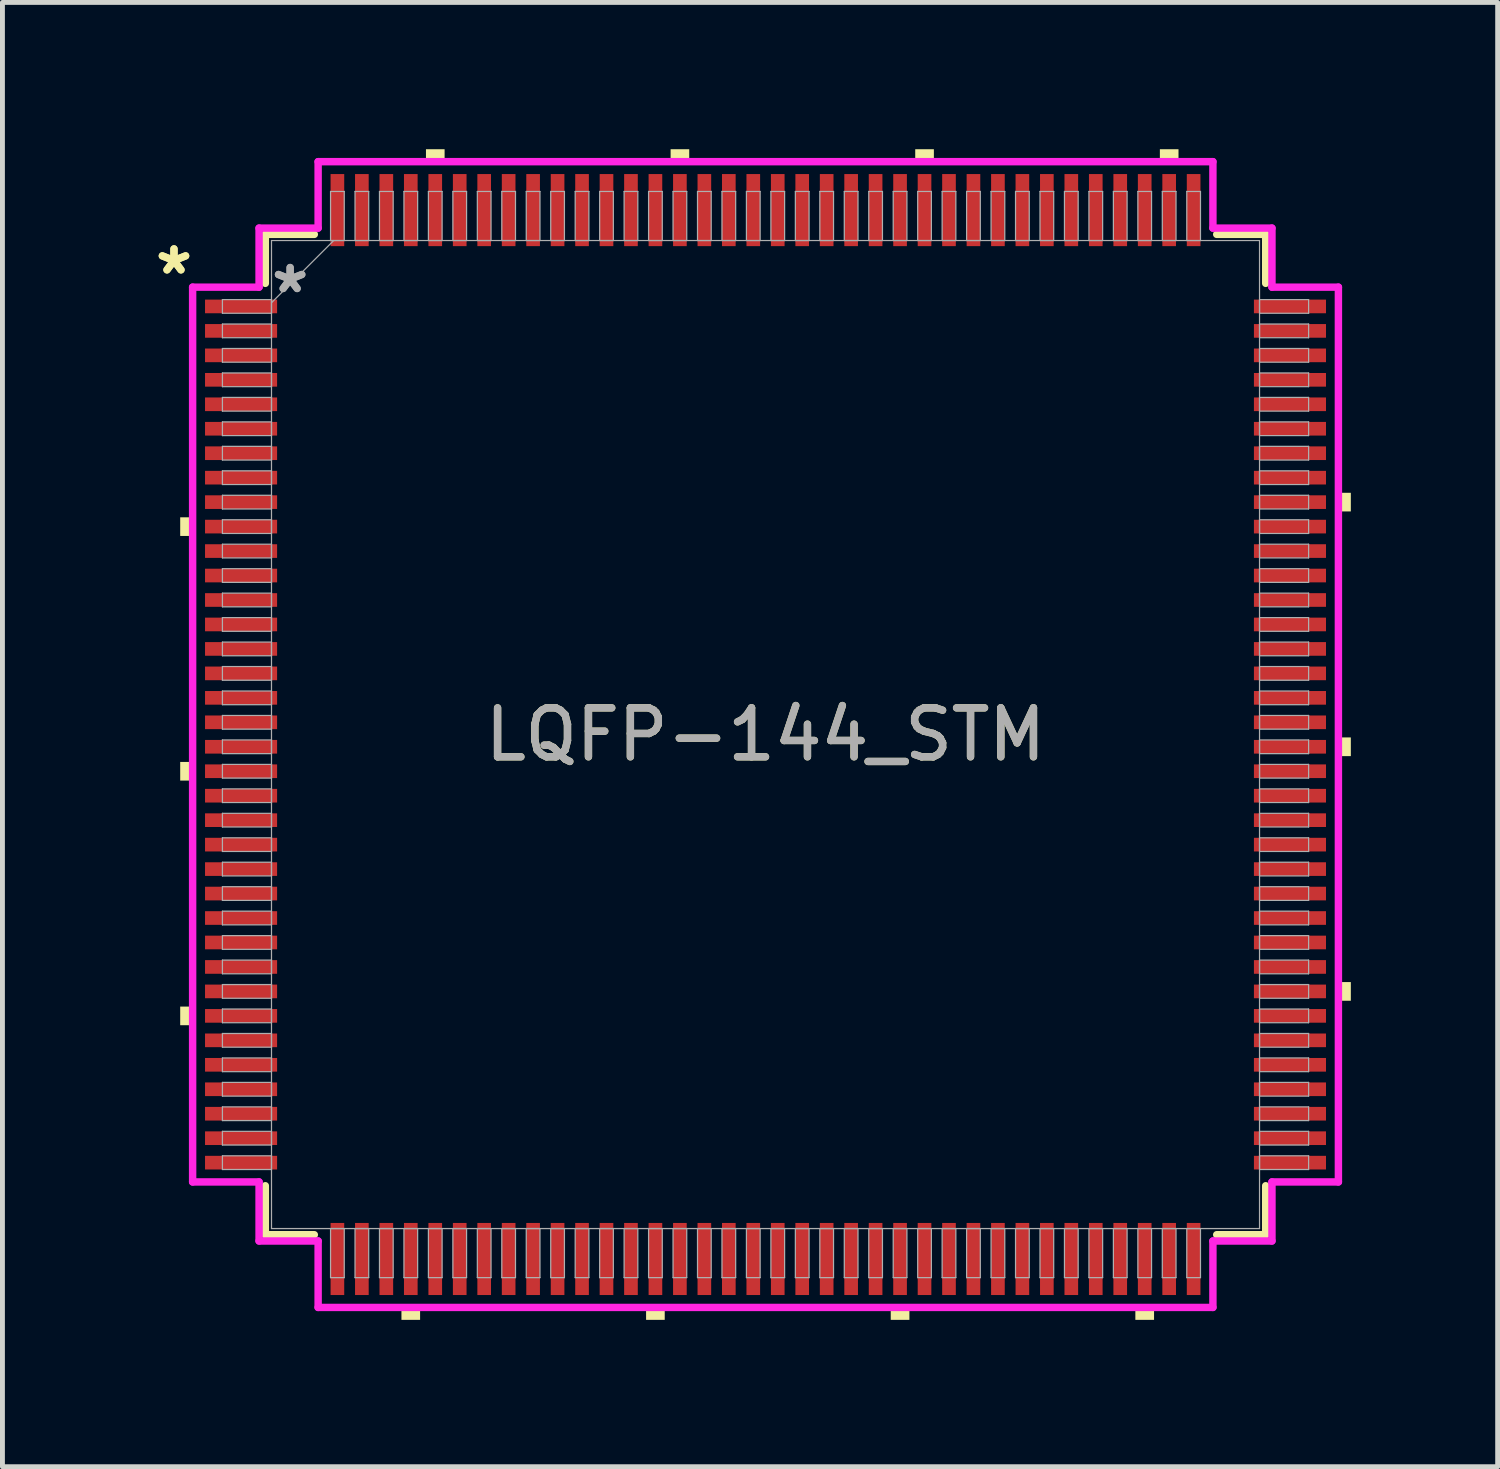
<source format=kicad_pcb>
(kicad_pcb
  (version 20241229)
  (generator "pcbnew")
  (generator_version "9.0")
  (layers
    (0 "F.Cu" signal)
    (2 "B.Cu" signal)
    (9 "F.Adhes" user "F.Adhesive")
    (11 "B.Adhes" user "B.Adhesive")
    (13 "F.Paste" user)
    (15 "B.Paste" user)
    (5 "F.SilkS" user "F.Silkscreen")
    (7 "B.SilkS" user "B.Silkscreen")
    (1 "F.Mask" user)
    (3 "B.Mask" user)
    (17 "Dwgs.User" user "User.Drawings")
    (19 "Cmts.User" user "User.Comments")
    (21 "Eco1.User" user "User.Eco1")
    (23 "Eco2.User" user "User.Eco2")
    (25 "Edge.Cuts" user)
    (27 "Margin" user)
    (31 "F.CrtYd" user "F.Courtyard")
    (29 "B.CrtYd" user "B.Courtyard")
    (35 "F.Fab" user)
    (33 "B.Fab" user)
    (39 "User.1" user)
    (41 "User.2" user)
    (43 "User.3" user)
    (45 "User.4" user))
  (footprint "LQFP-144_STM"
    (layer "F.Cu")
    (at 12.596 11.963)
    (property "Reference" "LQFP-144_STM" (at 0 0 0) (unlocked yes) (layer "F.SilkS") (effects (font (size 1 1) (thickness 0.15))))
    (attr smd)
    (fp_line (start -10.223 -10.223) (end -10.223 -9.222) (stroke (width 0.152) (type solid)) (layer "F.SilkS"))
    (fp_line (start -10.223 9.222) (end -10.223 10.223) (stroke (width 0.152) (type solid)) (layer "F.SilkS"))
    (fp_line (start -10.223 10.223) (end -9.222 10.223) (stroke (width 0.152) (type solid)) (layer "F.SilkS"))
    (fp_line (start -9.222 -10.223) (end -10.223 -10.223) (stroke (width 0.152) (type solid)) (layer "F.SilkS"))
    (fp_line (start 9.222 10.223) (end 10.223 10.223) (stroke (width 0.152) (type solid)) (layer "F.SilkS"))
    (fp_line (start 10.223 -10.223) (end 9.222 -10.223) (stroke (width 0.152) (type solid)) (layer "F.SilkS"))
    (fp_line (start 10.223 -9.222) (end 10.223 -10.223) (stroke (width 0.152) (type solid)) (layer "F.SilkS"))
    (fp_line (start 10.223 10.223) (end 10.223 9.222) (stroke (width 0.152) (type solid)) (layer "F.SilkS"))
    (fp_poly (pts (xy -11.963 -4.44) (xy -11.963 -4.059) (xy -11.709 -4.059) (xy -11.709 -4.44)) (stroke (width 0) (type solid)) (fill yes) (layer "F.SilkS"))
    (fp_poly (pts (xy -11.963 0.56) (xy -11.963 0.941) (xy -11.709 0.941) (xy -11.709 0.56)) (stroke (width 0) (type solid)) (fill yes) (layer "F.SilkS"))
    (fp_poly (pts (xy -11.963 5.56) (xy -11.963 5.941) (xy -11.709 5.941) (xy -11.709 5.56)) (stroke (width 0) (type solid)) (fill yes) (layer "F.SilkS"))
    (fp_poly (pts (xy -7.441 11.709) (xy -7.441 11.963) (xy -7.06 11.963) (xy -7.06 11.709)) (stroke (width 0) (type solid)) (fill yes) (layer "F.SilkS"))
    (fp_poly (pts (xy -6.94 -11.709) (xy -6.94 -11.963) (xy -6.559 -11.963) (xy -6.559 -11.709)) (stroke (width 0) (type solid)) (fill yes) (layer "F.SilkS"))
    (fp_poly (pts (xy -2.441 11.709) (xy -2.441 11.963) (xy -2.06 11.963) (xy -2.06 11.709)) (stroke (width 0) (type solid)) (fill yes) (layer "F.SilkS"))
    (fp_poly (pts (xy -1.94 -11.709) (xy -1.94 -11.963) (xy -1.559 -11.963) (xy -1.559 -11.709)) (stroke (width 0) (type solid)) (fill yes) (layer "F.SilkS"))
    (fp_poly (pts (xy 2.559 11.709) (xy 2.559 11.963) (xy 2.941 11.963) (xy 2.941 11.709)) (stroke (width 0) (type solid)) (fill yes) (layer "F.SilkS"))
    (fp_poly (pts (xy 3.06 -11.709) (xy 3.06 -11.963) (xy 3.441 -11.963) (xy 3.441 -11.709)) (stroke (width 0) (type solid)) (fill yes) (layer "F.SilkS"))
    (fp_poly (pts (xy 7.559 11.709) (xy 7.559 11.963) (xy 7.941 11.963) (xy 7.941 11.709)) (stroke (width 0) (type solid)) (fill yes) (layer "F.SilkS"))
    (fp_poly (pts (xy 8.06 -11.709) (xy 8.06 -11.963) (xy 8.441 -11.963) (xy 8.441 -11.709)) (stroke (width 0) (type solid)) (fill yes) (layer "F.SilkS"))
    (fp_poly (pts (xy 11.963 -4.941) (xy 11.963 -4.56) (xy 11.709 -4.56) (xy 11.709 -4.941)) (stroke (width 0) (type solid)) (fill yes) (layer "F.SilkS"))
    (fp_poly (pts (xy 11.963 0.059) (xy 11.963 0.441) (xy 11.709 0.441) (xy 11.709 0.059)) (stroke (width 0) (type solid)) (fill yes) (layer "F.SilkS"))
    (fp_poly (pts (xy 11.963 5.059) (xy 11.963 5.441) (xy 11.709 5.441) (xy 11.709 5.059)) (stroke (width 0) (type solid)) (fill yes) (layer "F.SilkS"))
    (fp_line (start -11.709 -9.144) (end -10.351 -9.144) (stroke (width 0.152) (type solid)) (layer "F.CrtYd"))
    (fp_line (start -11.709 9.144) (end -11.709 -9.144) (stroke (width 0.152) (type solid)) (layer "F.CrtYd"))
    (fp_line (start -10.351 -10.351) (end -9.144 -10.351) (stroke (width 0.152) (type solid)) (layer "F.CrtYd"))
    (fp_line (start -10.351 -9.144) (end -10.351 -10.351) (stroke (width 0.152) (type solid)) (layer "F.CrtYd"))
    (fp_line (start -10.351 9.144) (end -11.709 9.144) (stroke (width 0.152) (type solid)) (layer "F.CrtYd"))
    (fp_line (start -10.351 10.351) (end -10.351 9.144) (stroke (width 0.152) (type solid)) (layer "F.CrtYd"))
    (fp_line (start -10.351 10.351) (end -9.144 10.351) (stroke (width 0.152) (type solid)) (layer "F.CrtYd"))
    (fp_line (start -9.144 -11.709) (end 9.144 -11.709) (stroke (width 0.152) (type solid)) (layer "F.CrtYd"))
    (fp_line (start -9.144 -10.351) (end -9.144 -11.709) (stroke (width 0.152) (type solid)) (layer "F.CrtYd"))
    (fp_line (start -9.144 10.351) (end -9.144 11.709) (stroke (width 0.152) (type solid)) (layer "F.CrtYd"))
    (fp_line (start -9.144 11.709) (end 9.144 11.709) (stroke (width 0.152) (type solid)) (layer "F.CrtYd"))
    (fp_line (start 9.144 -11.709) (end 9.144 -10.351) (stroke (width 0.152) (type solid)) (layer "F.CrtYd"))
    (fp_line (start 9.144 -10.351) (end 10.351 -10.351) (stroke (width 0.152) (type solid)) (layer "F.CrtYd"))
    (fp_line (start 9.144 10.351) (end 10.351 10.351) (stroke (width 0.152) (type solid)) (layer "F.CrtYd"))
    (fp_line (start 9.144 11.709) (end 9.144 10.351) (stroke (width 0.152) (type solid)) (layer "F.CrtYd"))
    (fp_line (start 10.351 -9.144) (end 10.351 -10.351) (stroke (width 0.152) (type solid)) (layer "F.CrtYd"))
    (fp_line (start 10.351 9.144) (end 11.709 9.144) (stroke (width 0.152) (type solid)) (layer "F.CrtYd"))
    (fp_line (start 10.351 10.351) (end 10.351 9.144) (stroke (width 0.152) (type solid)) (layer "F.CrtYd"))
    (fp_line (start 11.709 -9.144) (end 10.351 -9.144) (stroke (width 0.152) (type solid)) (layer "F.CrtYd"))
    (fp_line (start 11.709 9.144) (end 11.709 -9.144) (stroke (width 0.152) (type solid)) (layer "F.CrtYd"))
    (fp_line (start -11.1 -8.89) (end -11.1 -8.61) (stroke (width 0.025) (type solid)) (layer "F.Fab"))
    (fp_line (start -11.1 -8.61) (end -10.097 -8.61) (stroke (width 0.025) (type solid)) (layer "F.Fab"))
    (fp_line (start -11.1 -8.39) (end -11.1 -8.11) (stroke (width 0.025) (type solid)) (layer "F.Fab"))
    (fp_line (start -11.1 -8.11) (end -10.097 -8.11) (stroke (width 0.025) (type solid)) (layer "F.Fab"))
    (fp_line (start -11.1 -7.89) (end -11.1 -7.61) (stroke (width 0.025) (type solid)) (layer "F.Fab"))
    (fp_line (start -11.1 -7.61) (end -10.097 -7.61) (stroke (width 0.025) (type solid)) (layer "F.Fab"))
    (fp_line (start -11.1 -7.39) (end -11.1 -7.11) (stroke (width 0.025) (type solid)) (layer "F.Fab"))
    (fp_line (start -11.1 -7.11) (end -10.097 -7.11) (stroke (width 0.025) (type solid)) (layer "F.Fab"))
    (fp_line (start -11.1 -6.89) (end -11.1 -6.61) (stroke (width 0.025) (type solid)) (layer "F.Fab"))
    (fp_line (start -11.1 -6.61) (end -10.097 -6.61) (stroke (width 0.025) (type solid)) (layer "F.Fab"))
    (fp_line (start -11.1 -6.39) (end -11.1 -6.11) (stroke (width 0.025) (type solid)) (layer "F.Fab"))
    (fp_line (start -11.1 -6.11) (end -10.097 -6.11) (stroke (width 0.025) (type solid)) (layer "F.Fab"))
    (fp_line (start -11.1 -5.89) (end -11.1 -5.61) (stroke (width 0.025) (type solid)) (layer "F.Fab"))
    (fp_line (start -11.1 -5.61) (end -10.097 -5.61) (stroke (width 0.025) (type solid)) (layer "F.Fab"))
    (fp_line (start -11.1 -5.39) (end -11.1 -5.11) (stroke (width 0.025) (type solid)) (layer "F.Fab"))
    (fp_line (start -11.1 -5.11) (end -10.097 -5.11) (stroke (width 0.025) (type solid)) (layer "F.Fab"))
    (fp_line (start -11.1 -4.89) (end -11.1 -4.61) (stroke (width 0.025) (type solid)) (layer "F.Fab"))
    (fp_line (start -11.1 -4.61) (end -10.097 -4.61) (stroke (width 0.025) (type solid)) (layer "F.Fab"))
    (fp_line (start -11.1 -4.39) (end -11.1 -4.11) (stroke (width 0.025) (type solid)) (layer "F.Fab"))
    (fp_line (start -11.1 -4.11) (end -10.097 -4.11) (stroke (width 0.025) (type solid)) (layer "F.Fab"))
    (fp_line (start -11.1 -3.89) (end -11.1 -3.61) (stroke (width 0.025) (type solid)) (layer "F.Fab"))
    (fp_line (start -11.1 -3.61) (end -10.097 -3.61) (stroke (width 0.025) (type solid)) (layer "F.Fab"))
    (fp_line (start -11.1 -3.39) (end -11.1 -3.11) (stroke (width 0.025) (type solid)) (layer "F.Fab"))
    (fp_line (start -11.1 -3.11) (end -10.097 -3.11) (stroke (width 0.025) (type solid)) (layer "F.Fab"))
    (fp_line (start -11.1 -2.89) (end -11.1 -2.61) (stroke (width 0.025) (type solid)) (layer "F.Fab"))
    (fp_line (start -11.1 -2.61) (end -10.097 -2.61) (stroke (width 0.025) (type solid)) (layer "F.Fab"))
    (fp_line (start -11.1 -2.39) (end -11.1 -2.11) (stroke (width 0.025) (type solid)) (layer "F.Fab"))
    (fp_line (start -11.1 -2.11) (end -10.097 -2.11) (stroke (width 0.025) (type solid)) (layer "F.Fab"))
    (fp_line (start -11.1 -1.89) (end -11.1 -1.61) (stroke (width 0.025) (type solid)) (layer "F.Fab"))
    (fp_line (start -11.1 -1.61) (end -10.097 -1.61) (stroke (width 0.025) (type solid)) (layer "F.Fab"))
    (fp_line (start -11.1 -1.39) (end -11.1 -1.11) (stroke (width 0.025) (type solid)) (layer "F.Fab"))
    (fp_line (start -11.1 -1.11) (end -10.097 -1.11) (stroke (width 0.025) (type solid)) (layer "F.Fab"))
    (fp_line (start -11.1 -0.89) (end -11.1 -0.61) (stroke (width 0.025) (type solid)) (layer "F.Fab"))
    (fp_line (start -11.1 -0.61) (end -10.097 -0.61) (stroke (width 0.025) (type solid)) (layer "F.Fab"))
    (fp_line (start -11.1 -0.39) (end -11.1 -0.11) (stroke (width 0.025) (type solid)) (layer "F.Fab"))
    (fp_line (start -11.1 -0.11) (end -10.097 -0.11) (stroke (width 0.025) (type solid)) (layer "F.Fab"))
    (fp_line (start -11.1 0.11) (end -11.1 0.39) (stroke (width 0.025) (type solid)) (layer "F.Fab"))
    (fp_line (start -11.1 0.39) (end -10.097 0.39) (stroke (width 0.025) (type solid)) (layer "F.Fab"))
    (fp_line (start -11.1 0.61) (end -11.1 0.89) (stroke (width 0.025) (type solid)) (layer "F.Fab"))
    (fp_line (start -11.1 0.89) (end -10.097 0.89) (stroke (width 0.025) (type solid)) (layer "F.Fab"))
    (fp_line (start -11.1 1.11) (end -11.1 1.39) (stroke (width 0.025) (type solid)) (layer "F.Fab"))
    (fp_line (start -11.1 1.39) (end -10.097 1.39) (stroke (width 0.025) (type solid)) (layer "F.Fab"))
    (fp_line (start -11.1 1.61) (end -11.1 1.89) (stroke (width 0.025) (type solid)) (layer "F.Fab"))
    (fp_line (start -11.1 1.89) (end -10.097 1.89) (stroke (width 0.025) (type solid)) (layer "F.Fab"))
    (fp_line (start -11.1 2.11) (end -11.1 2.39) (stroke (width 0.025) (type solid)) (layer "F.Fab"))
    (fp_line (start -11.1 2.39) (end -10.097 2.39) (stroke (width 0.025) (type solid)) (layer "F.Fab"))
    (fp_line (start -11.1 2.61) (end -11.1 2.89) (stroke (width 0.025) (type solid)) (layer "F.Fab"))
    (fp_line (start -11.1 2.89) (end -10.097 2.89) (stroke (width 0.025) (type solid)) (layer "F.Fab"))
    (fp_line (start -11.1 3.11) (end -11.1 3.39) (stroke (width 0.025) (type solid)) (layer "F.Fab"))
    (fp_line (start -11.1 3.39) (end -10.097 3.39) (stroke (width 0.025) (type solid)) (layer "F.Fab"))
    (fp_line (start -11.1 3.61) (end -11.1 3.89) (stroke (width 0.025) (type solid)) (layer "F.Fab"))
    (fp_line (start -11.1 3.89) (end -10.097 3.89) (stroke (width 0.025) (type solid)) (layer "F.Fab"))
    (fp_line (start -11.1 4.11) (end -11.1 4.39) (stroke (width 0.025) (type solid)) (layer "F.Fab"))
    (fp_line (start -11.1 4.39) (end -10.097 4.39) (stroke (width 0.025) (type solid)) (layer "F.Fab"))
    (fp_line (start -11.1 4.61) (end -11.1 4.89) (stroke (width 0.025) (type solid)) (layer "F.Fab"))
    (fp_line (start -11.1 4.89) (end -10.097 4.89) (stroke (width 0.025) (type solid)) (layer "F.Fab"))
    (fp_line (start -11.1 5.11) (end -11.1 5.39) (stroke (width 0.025) (type solid)) (layer "F.Fab"))
    (fp_line (start -11.1 5.39) (end -10.097 5.39) (stroke (width 0.025) (type solid)) (layer "F.Fab"))
    (fp_line (start -11.1 5.61) (end -11.1 5.89) (stroke (width 0.025) (type solid)) (layer "F.Fab"))
    (fp_line (start -11.1 5.89) (end -10.097 5.89) (stroke (width 0.025) (type solid)) (layer "F.Fab"))
    (fp_line (start -11.1 6.11) (end -11.1 6.39) (stroke (width 0.025) (type solid)) (layer "F.Fab"))
    (fp_line (start -11.1 6.39) (end -10.097 6.39) (stroke (width 0.025) (type solid)) (layer "F.Fab"))
    (fp_line (start -11.1 6.61) (end -11.1 6.89) (stroke (width 0.025) (type solid)) (layer "F.Fab"))
    (fp_line (start -11.1 6.89) (end -10.097 6.89) (stroke (width 0.025) (type solid)) (layer "F.Fab"))
    (fp_line (start -11.1 7.11) (end -11.1 7.39) (stroke (width 0.025) (type solid)) (layer "F.Fab"))
    (fp_line (start -11.1 7.39) (end -10.097 7.39) (stroke (width 0.025) (type solid)) (layer "F.Fab"))
    (fp_line (start -11.1 7.61) (end -11.1 7.89) (stroke (width 0.025) (type solid)) (layer "F.Fab"))
    (fp_line (start -11.1 7.89) (end -10.097 7.89) (stroke (width 0.025) (type solid)) (layer "F.Fab"))
    (fp_line (start -11.1 8.11) (end -11.1 8.39) (stroke (width 0.025) (type solid)) (layer "F.Fab"))
    (fp_line (start -11.1 8.39) (end -10.097 8.39) (stroke (width 0.025) (type solid)) (layer "F.Fab"))
    (fp_line (start -11.1 8.61) (end -11.1 8.89) (stroke (width 0.025) (type solid)) (layer "F.Fab"))
    (fp_line (start -11.1 8.89) (end -10.097 8.89) (stroke (width 0.025) (type solid)) (layer "F.Fab"))
    (fp_line (start -10.097 -10.097) (end -10.097 10.097) (stroke (width 0.025) (type solid)) (layer "F.Fab"))
    (fp_line (start -10.097 -8.89) (end -11.1 -8.89) (stroke (width 0.025) (type solid)) (layer "F.Fab"))
    (fp_line (start -10.097 -8.826) (end -8.826 -10.097) (stroke (width 0.025) (type solid)) (layer "F.Fab"))
    (fp_line (start -10.097 -8.61) (end -10.097 -8.89) (stroke (width 0.025) (type solid)) (layer "F.Fab"))
    (fp_line (start -10.097 -8.39) (end -11.1 -8.39) (stroke (width 0.025) (type solid)) (layer "F.Fab"))
    (fp_line (start -10.097 -8.11) (end -10.097 -8.39) (stroke (width 0.025) (type solid)) (layer "F.Fab"))
    (fp_line (start -10.097 -7.89) (end -11.1 -7.89) (stroke (width 0.025) (type solid)) (layer "F.Fab"))
    (fp_line (start -10.097 -7.61) (end -10.097 -7.89) (stroke (width 0.025) (type solid)) (layer "F.Fab"))
    (fp_line (start -10.097 -7.39) (end -11.1 -7.39) (stroke (width 0.025) (type solid)) (layer "F.Fab"))
    (fp_line (start -10.097 -7.11) (end -10.097 -7.39) (stroke (width 0.025) (type solid)) (layer "F.Fab"))
    (fp_line (start -10.097 -6.89) (end -11.1 -6.89) (stroke (width 0.025) (type solid)) (layer "F.Fab"))
    (fp_line (start -10.097 -6.61) (end -10.097 -6.89) (stroke (width 0.025) (type solid)) (layer "F.Fab"))
    (fp_line (start -10.097 -6.39) (end -11.1 -6.39) (stroke (width 0.025) (type solid)) (layer "F.Fab"))
    (fp_line (start -10.097 -6.11) (end -10.097 -6.39) (stroke (width 0.025) (type solid)) (layer "F.Fab"))
    (fp_line (start -10.097 -5.89) (end -11.1 -5.89) (stroke (width 0.025) (type solid)) (layer "F.Fab"))
    (fp_line (start -10.097 -5.61) (end -10.097 -5.89) (stroke (width 0.025) (type solid)) (layer "F.Fab"))
    (fp_line (start -10.097 -5.39) (end -11.1 -5.39) (stroke (width 0.025) (type solid)) (layer "F.Fab"))
    (fp_line (start -10.097 -5.11) (end -10.097 -5.39) (stroke (width 0.025) (type solid)) (layer "F.Fab"))
    (fp_line (start -10.097 -4.89) (end -11.1 -4.89) (stroke (width 0.025) (type solid)) (layer "F.Fab"))
    (fp_line (start -10.097 -4.61) (end -10.097 -4.89) (stroke (width 0.025) (type solid)) (layer "F.Fab"))
    (fp_line (start -10.097 -4.39) (end -11.1 -4.39) (stroke (width 0.025) (type solid)) (layer "F.Fab"))
    (fp_line (start -10.097 -4.11) (end -10.097 -4.39) (stroke (width 0.025) (type solid)) (layer "F.Fab"))
    (fp_line (start -10.097 -3.89) (end -11.1 -3.89) (stroke (width 0.025) (type solid)) (layer "F.Fab"))
    (fp_line (start -10.097 -3.61) (end -10.097 -3.89) (stroke (width 0.025) (type solid)) (layer "F.Fab"))
    (fp_line (start -10.097 -3.39) (end -11.1 -3.39) (stroke (width 0.025) (type solid)) (layer "F.Fab"))
    (fp_line (start -10.097 -3.11) (end -10.097 -3.39) (stroke (width 0.025) (type solid)) (layer "F.Fab"))
    (fp_line (start -10.097 -2.89) (end -11.1 -2.89) (stroke (width 0.025) (type solid)) (layer "F.Fab"))
    (fp_line (start -10.097 -2.61) (end -10.097 -2.89) (stroke (width 0.025) (type solid)) (layer "F.Fab"))
    (fp_line (start -10.097 -2.39) (end -11.1 -2.39) (stroke (width 0.025) (type solid)) (layer "F.Fab"))
    (fp_line (start -10.097 -2.11) (end -10.097 -2.39) (stroke (width 0.025) (type solid)) (layer "F.Fab"))
    (fp_line (start -10.097 -1.89) (end -11.1 -1.89) (stroke (width 0.025) (type solid)) (layer "F.Fab"))
    (fp_line (start -10.097 -1.61) (end -10.097 -1.89) (stroke (width 0.025) (type solid)) (layer "F.Fab"))
    (fp_line (start -10.097 -1.39) (end -11.1 -1.39) (stroke (width 0.025) (type solid)) (layer "F.Fab"))
    (fp_line (start -10.097 -1.11) (end -10.097 -1.39) (stroke (width 0.025) (type solid)) (layer "F.Fab"))
    (fp_line (start -10.097 -0.89) (end -11.1 -0.89) (stroke (width 0.025) (type solid)) (layer "F.Fab"))
    (fp_line (start -10.097 -0.61) (end -10.097 -0.89) (stroke (width 0.025) (type solid)) (layer "F.Fab"))
    (fp_line (start -10.097 -0.39) (end -11.1 -0.39) (stroke (width 0.025) (type solid)) (layer "F.Fab"))
    (fp_line (start -10.097 -0.11) (end -10.097 -0.39) (stroke (width 0.025) (type solid)) (layer "F.Fab"))
    (fp_line (start -10.097 0.11) (end -11.1 0.11) (stroke (width 0.025) (type solid)) (layer "F.Fab"))
    (fp_line (start -10.097 0.39) (end -10.097 0.11) (stroke (width 0.025) (type solid)) (layer "F.Fab"))
    (fp_line (start -10.097 0.61) (end -11.1 0.61) (stroke (width 0.025) (type solid)) (layer "F.Fab"))
    (fp_line (start -10.097 0.89) (end -10.097 0.61) (stroke (width 0.025) (type solid)) (layer "F.Fab"))
    (fp_line (start -10.097 1.11) (end -11.1 1.11) (stroke (width 0.025) (type solid)) (layer "F.Fab"))
    (fp_line (start -10.097 1.39) (end -10.097 1.11) (stroke (width 0.025) (type solid)) (layer "F.Fab"))
    (fp_line (start -10.097 1.61) (end -11.1 1.61) (stroke (width 0.025) (type solid)) (layer "F.Fab"))
    (fp_line (start -10.097 1.89) (end -10.097 1.61) (stroke (width 0.025) (type solid)) (layer "F.Fab"))
    (fp_line (start -10.097 2.11) (end -11.1 2.11) (stroke (width 0.025) (type solid)) (layer "F.Fab"))
    (fp_line (start -10.097 2.39) (end -10.097 2.11) (stroke (width 0.025) (type solid)) (layer "F.Fab"))
    (fp_line (start -10.097 2.61) (end -11.1 2.61) (stroke (width 0.025) (type solid)) (layer "F.Fab"))
    (fp_line (start -10.097 2.89) (end -10.097 2.61) (stroke (width 0.025) (type solid)) (layer "F.Fab"))
    (fp_line (start -10.097 3.11) (end -11.1 3.11) (stroke (width 0.025) (type solid)) (layer "F.Fab"))
    (fp_line (start -10.097 3.39) (end -10.097 3.11) (stroke (width 0.025) (type solid)) (layer "F.Fab"))
    (fp_line (start -10.097 3.61) (end -11.1 3.61) (stroke (width 0.025) (type solid)) (layer "F.Fab"))
    (fp_line (start -10.097 3.89) (end -10.097 3.61) (stroke (width 0.025) (type solid)) (layer "F.Fab"))
    (fp_line (start -10.097 4.11) (end -11.1 4.11) (stroke (width 0.025) (type solid)) (layer "F.Fab"))
    (fp_line (start -10.097 4.39) (end -10.097 4.11) (stroke (width 0.025) (type solid)) (layer "F.Fab"))
    (fp_line (start -10.097 4.61) (end -11.1 4.61) (stroke (width 0.025) (type solid)) (layer "F.Fab"))
    (fp_line (start -10.097 4.89) (end -10.097 4.61) (stroke (width 0.025) (type solid)) (layer "F.Fab"))
    (fp_line (start -10.097 5.11) (end -11.1 5.11) (stroke (width 0.025) (type solid)) (layer "F.Fab"))
    (fp_line (start -10.097 5.39) (end -10.097 5.11) (stroke (width 0.025) (type solid)) (layer "F.Fab"))
    (fp_line (start -10.097 5.61) (end -11.1 5.61) (stroke (width 0.025) (type solid)) (layer "F.Fab"))
    (fp_line (start -10.097 5.89) (end -10.097 5.61) (stroke (width 0.025) (type solid)) (layer "F.Fab"))
    (fp_line (start -10.097 6.11) (end -11.1 6.11) (stroke (width 0.025) (type solid)) (layer "F.Fab"))
    (fp_line (start -10.097 6.39) (end -10.097 6.11) (stroke (width 0.025) (type solid)) (layer "F.Fab"))
    (fp_line (start -10.097 6.61) (end -11.1 6.61) (stroke (width 0.025) (type solid)) (layer "F.Fab"))
    (fp_line (start -10.097 6.89) (end -10.097 6.61) (stroke (width 0.025) (type solid)) (layer "F.Fab"))
    (fp_line (start -10.097 7.11) (end -11.1 7.11) (stroke (width 0.025) (type solid)) (layer "F.Fab"))
    (fp_line (start -10.097 7.39) (end -10.097 7.11) (stroke (width 0.025) (type solid)) (layer "F.Fab"))
    (fp_line (start -10.097 7.61) (end -11.1 7.61) (stroke (width 0.025) (type solid)) (layer "F.Fab"))
    (fp_line (start -10.097 7.89) (end -10.097 7.61) (stroke (width 0.025) (type solid)) (layer "F.Fab"))
    (fp_line (start -10.097 8.11) (end -11.1 8.11) (stroke (width 0.025) (type solid)) (layer "F.Fab"))
    (fp_line (start -10.097 8.39) (end -10.097 8.11) (stroke (width 0.025) (type solid)) (layer "F.Fab"))
    (fp_line (start -10.097 8.61) (end -11.1 8.61) (stroke (width 0.025) (type solid)) (layer "F.Fab"))
    (fp_line (start -10.097 8.89) (end -10.097 8.61) (stroke (width 0.025) (type solid)) (layer "F.Fab"))
    (fp_line (start -10.097 10.097) (end 10.097 10.097) (stroke (width 0.025) (type solid)) (layer "F.Fab"))
    (fp_line (start -8.89 -11.1) (end -8.89 -10.097) (stroke (width 0.025) (type solid)) (layer "F.Fab"))
    (fp_line (start -8.89 -10.097) (end -8.61 -10.097) (stroke (width 0.025) (type solid)) (layer "F.Fab"))
    (fp_line (start -8.89 10.097) (end -8.89 11.1) (stroke (width 0.025) (type solid)) (layer "F.Fab"))
    (fp_line (start -8.89 11.1) (end -8.61 11.1) (stroke (width 0.025) (type solid)) (layer "F.Fab"))
    (fp_line (start -8.61 -11.1) (end -8.89 -11.1) (stroke (width 0.025) (type solid)) (layer "F.Fab"))
    (fp_line (start -8.61 -10.097) (end -8.61 -11.1) (stroke (width 0.025) (type solid)) (layer "F.Fab"))
    (fp_line (start -8.61 10.097) (end -8.89 10.097) (stroke (width 0.025) (type solid)) (layer "F.Fab"))
    (fp_line (start -8.61 11.1) (end -8.61 10.097) (stroke (width 0.025) (type solid)) (layer "F.Fab"))
    (fp_line (start -8.39 -11.1) (end -8.39 -10.097) (stroke (width 0.025) (type solid)) (layer "F.Fab"))
    (fp_line (start -8.39 -10.097) (end -8.11 -10.097) (stroke (width 0.025) (type solid)) (layer "F.Fab"))
    (fp_line (start -8.39 10.097) (end -8.39 11.1) (stroke (width 0.025) (type solid)) (layer "F.Fab"))
    (fp_line (start -8.39 11.1) (end -8.11 11.1) (stroke (width 0.025) (type solid)) (layer "F.Fab"))
    (fp_line (start -8.11 -11.1) (end -8.39 -11.1) (stroke (width 0.025) (type solid)) (layer "F.Fab"))
    (fp_line (start -8.11 -10.097) (end -8.11 -11.1) (stroke (width 0.025) (type solid)) (layer "F.Fab"))
    (fp_line (start -8.11 10.097) (end -8.39 10.097) (stroke (width 0.025) (type solid)) (layer "F.Fab"))
    (fp_line (start -8.11 11.1) (end -8.11 10.097) (stroke (width 0.025) (type solid)) (layer "F.Fab"))
    (fp_line (start -7.89 -11.1) (end -7.89 -10.097) (stroke (width 0.025) (type solid)) (layer "F.Fab"))
    (fp_line (start -7.89 -10.097) (end -7.61 -10.097) (stroke (width 0.025) (type solid)) (layer "F.Fab"))
    (fp_line (start -7.89 10.097) (end -7.89 11.1) (stroke (width 0.025) (type solid)) (layer "F.Fab"))
    (fp_line (start -7.89 11.1) (end -7.61 11.1) (stroke (width 0.025) (type solid)) (layer "F.Fab"))
    (fp_line (start -7.61 -11.1) (end -7.89 -11.1) (stroke (width 0.025) (type solid)) (layer "F.Fab"))
    (fp_line (start -7.61 -10.097) (end -7.61 -11.1) (stroke (width 0.025) (type solid)) (layer "F.Fab"))
    (fp_line (start -7.61 10.097) (end -7.89 10.097) (stroke (width 0.025) (type solid)) (layer "F.Fab"))
    (fp_line (start -7.61 11.1) (end -7.61 10.097) (stroke (width 0.025) (type solid)) (layer "F.Fab"))
    (fp_line (start -7.39 -11.1) (end -7.39 -10.097) (stroke (width 0.025) (type solid)) (layer "F.Fab"))
    (fp_line (start -7.39 -10.097) (end -7.11 -10.097) (stroke (width 0.025) (type solid)) (layer "F.Fab"))
    (fp_line (start -7.39 10.097) (end -7.39 11.1) (stroke (width 0.025) (type solid)) (layer "F.Fab"))
    (fp_line (start -7.39 11.1) (end -7.11 11.1) (stroke (width 0.025) (type solid)) (layer "F.Fab"))
    (fp_line (start -7.11 -11.1) (end -7.39 -11.1) (stroke (width 0.025) (type solid)) (layer "F.Fab"))
    (fp_line (start -7.11 -10.097) (end -7.11 -11.1) (stroke (width 0.025) (type solid)) (layer "F.Fab"))
    (fp_line (start -7.11 10.097) (end -7.39 10.097) (stroke (width 0.025) (type solid)) (layer "F.Fab"))
    (fp_line (start -7.11 11.1) (end -7.11 10.097) (stroke (width 0.025) (type solid)) (layer "F.Fab"))
    (fp_line (start -6.89 -11.1) (end -6.89 -10.097) (stroke (width 0.025) (type solid)) (layer "F.Fab"))
    (fp_line (start -6.89 -10.097) (end -6.61 -10.097) (stroke (width 0.025) (type solid)) (layer "F.Fab"))
    (fp_line (start -6.89 10.097) (end -6.89 11.1) (stroke (width 0.025) (type solid)) (layer "F.Fab"))
    (fp_line (start -6.89 11.1) (end -6.61 11.1) (stroke (width 0.025) (type solid)) (layer "F.Fab"))
    (fp_line (start -6.61 -11.1) (end -6.89 -11.1) (stroke (width 0.025) (type solid)) (layer "F.Fab"))
    (fp_line (start -6.61 -10.097) (end -6.61 -11.1) (stroke (width 0.025) (type solid)) (layer "F.Fab"))
    (fp_line (start -6.61 10.097) (end -6.89 10.097) (stroke (width 0.025) (type solid)) (layer "F.Fab"))
    (fp_line (start -6.61 11.1) (end -6.61 10.097) (stroke (width 0.025) (type solid)) (layer "F.Fab"))
    (fp_line (start -6.39 -11.1) (end -6.39 -10.097) (stroke (width 0.025) (type solid)) (layer "F.Fab"))
    (fp_line (start -6.39 -10.097) (end -6.11 -10.097) (stroke (width 0.025) (type solid)) (layer "F.Fab"))
    (fp_line (start -6.39 10.097) (end -6.39 11.1) (stroke (width 0.025) (type solid)) (layer "F.Fab"))
    (fp_line (start -6.39 11.1) (end -6.11 11.1) (stroke (width 0.025) (type solid)) (layer "F.Fab"))
    (fp_line (start -6.11 -11.1) (end -6.39 -11.1) (stroke (width 0.025) (type solid)) (layer "F.Fab"))
    (fp_line (start -6.11 -10.097) (end -6.11 -11.1) (stroke (width 0.025) (type solid)) (layer "F.Fab"))
    (fp_line (start -6.11 10.097) (end -6.39 10.097) (stroke (width 0.025) (type solid)) (layer "F.Fab"))
    (fp_line (start -6.11 11.1) (end -6.11 10.097) (stroke (width 0.025) (type solid)) (layer "F.Fab"))
    (fp_line (start -5.89 -11.1) (end -5.89 -10.097) (stroke (width 0.025) (type solid)) (layer "F.Fab"))
    (fp_line (start -5.89 -10.097) (end -5.61 -10.097) (stroke (width 0.025) (type solid)) (layer "F.Fab"))
    (fp_line (start -5.89 10.097) (end -5.89 11.1) (stroke (width 0.025) (type solid)) (layer "F.Fab"))
    (fp_line (start -5.89 11.1) (end -5.61 11.1) (stroke (width 0.025) (type solid)) (layer "F.Fab"))
    (fp_line (start -5.61 -11.1) (end -5.89 -11.1) (stroke (width 0.025) (type solid)) (layer "F.Fab"))
    (fp_line (start -5.61 -10.097) (end -5.61 -11.1) (stroke (width 0.025) (type solid)) (layer "F.Fab"))
    (fp_line (start -5.61 10.097) (end -5.89 10.097) (stroke (width 0.025) (type solid)) (layer "F.Fab"))
    (fp_line (start -5.61 11.1) (end -5.61 10.097) (stroke (width 0.025) (type solid)) (layer "F.Fab"))
    (fp_line (start -5.39 -11.1) (end -5.39 -10.097) (stroke (width 0.025) (type solid)) (layer "F.Fab"))
    (fp_line (start -5.39 -10.097) (end -5.11 -10.097) (stroke (width 0.025) (type solid)) (layer "F.Fab"))
    (fp_line (start -5.39 10.097) (end -5.39 11.1) (stroke (width 0.025) (type solid)) (layer "F.Fab"))
    (fp_line (start -5.39 11.1) (end -5.11 11.1) (stroke (width 0.025) (type solid)) (layer "F.Fab"))
    (fp_line (start -5.11 -11.1) (end -5.39 -11.1) (stroke (width 0.025) (type solid)) (layer "F.Fab"))
    (fp_line (start -5.11 -10.097) (end -5.11 -11.1) (stroke (width 0.025) (type solid)) (layer "F.Fab"))
    (fp_line (start -5.11 10.097) (end -5.39 10.097) (stroke (width 0.025) (type solid)) (layer "F.Fab"))
    (fp_line (start -5.11 11.1) (end -5.11 10.097) (stroke (width 0.025) (type solid)) (layer "F.Fab"))
    (fp_line (start -4.89 -11.1) (end -4.89 -10.097) (stroke (width 0.025) (type solid)) (layer "F.Fab"))
    (fp_line (start -4.89 -10.097) (end -4.61 -10.097) (stroke (width 0.025) (type solid)) (layer "F.Fab"))
    (fp_line (start -4.89 10.097) (end -4.89 11.1) (stroke (width 0.025) (type solid)) (layer "F.Fab"))
    (fp_line (start -4.89 11.1) (end -4.61 11.1) (stroke (width 0.025) (type solid)) (layer "F.Fab"))
    (fp_line (start -4.61 -11.1) (end -4.89 -11.1) (stroke (width 0.025) (type solid)) (layer "F.Fab"))
    (fp_line (start -4.61 -10.097) (end -4.61 -11.1) (stroke (width 0.025) (type solid)) (layer "F.Fab"))
    (fp_line (start -4.61 10.097) (end -4.89 10.097) (stroke (width 0.025) (type solid)) (layer "F.Fab"))
    (fp_line (start -4.61 11.1) (end -4.61 10.097) (stroke (width 0.025) (type solid)) (layer "F.Fab"))
    (fp_line (start -4.39 -11.1) (end -4.39 -10.097) (stroke (width 0.025) (type solid)) (layer "F.Fab"))
    (fp_line (start -4.39 -10.097) (end -4.11 -10.097) (stroke (width 0.025) (type solid)) (layer "F.Fab"))
    (fp_line (start -4.39 10.097) (end -4.39 11.1) (stroke (width 0.025) (type solid)) (layer "F.Fab"))
    (fp_line (start -4.39 11.1) (end -4.11 11.1) (stroke (width 0.025) (type solid)) (layer "F.Fab"))
    (fp_line (start -4.11 -11.1) (end -4.39 -11.1) (stroke (width 0.025) (type solid)) (layer "F.Fab"))
    (fp_line (start -4.11 -10.097) (end -4.11 -11.1) (stroke (width 0.025) (type solid)) (layer "F.Fab"))
    (fp_line (start -4.11 10.097) (end -4.39 10.097) (stroke (width 0.025) (type solid)) (layer "F.Fab"))
    (fp_line (start -4.11 11.1) (end -4.11 10.097) (stroke (width 0.025) (type solid)) (layer "F.Fab"))
    (fp_line (start -3.89 -11.1) (end -3.89 -10.097) (stroke (width 0.025) (type solid)) (layer "F.Fab"))
    (fp_line (start -3.89 -10.097) (end -3.61 -10.097) (stroke (width 0.025) (type solid)) (layer "F.Fab"))
    (fp_line (start -3.89 10.097) (end -3.89 11.1) (stroke (width 0.025) (type solid)) (layer "F.Fab"))
    (fp_line (start -3.89 11.1) (end -3.61 11.1) (stroke (width 0.025) (type solid)) (layer "F.Fab"))
    (fp_line (start -3.61 -11.1) (end -3.89 -11.1) (stroke (width 0.025) (type solid)) (layer "F.Fab"))
    (fp_line (start -3.61 -10.097) (end -3.61 -11.1) (stroke (width 0.025) (type solid)) (layer "F.Fab"))
    (fp_line (start -3.61 10.097) (end -3.89 10.097) (stroke (width 0.025) (type solid)) (layer "F.Fab"))
    (fp_line (start -3.61 11.1) (end -3.61 10.097) (stroke (width 0.025) (type solid)) (layer "F.Fab"))
    (fp_line (start -3.39 -11.1) (end -3.39 -10.097) (stroke (width 0.025) (type solid)) (layer "F.Fab"))
    (fp_line (start -3.39 -10.097) (end -3.11 -10.097) (stroke (width 0.025) (type solid)) (layer "F.Fab"))
    (fp_line (start -3.39 10.097) (end -3.39 11.1) (stroke (width 0.025) (type solid)) (layer "F.Fab"))
    (fp_line (start -3.39 11.1) (end -3.11 11.1) (stroke (width 0.025) (type solid)) (layer "F.Fab"))
    (fp_line (start -3.11 -11.1) (end -3.39 -11.1) (stroke (width 0.025) (type solid)) (layer "F.Fab"))
    (fp_line (start -3.11 -10.097) (end -3.11 -11.1) (stroke (width 0.025) (type solid)) (layer "F.Fab"))
    (fp_line (start -3.11 10.097) (end -3.39 10.097) (stroke (width 0.025) (type solid)) (layer "F.Fab"))
    (fp_line (start -3.11 11.1) (end -3.11 10.097) (stroke (width 0.025) (type solid)) (layer "F.Fab"))
    (fp_line (start -2.89 -11.1) (end -2.89 -10.097) (stroke (width 0.025) (type solid)) (layer "F.Fab"))
    (fp_line (start -2.89 -10.097) (end -2.61 -10.097) (stroke (width 0.025) (type solid)) (layer "F.Fab"))
    (fp_line (start -2.89 10.097) (end -2.89 11.1) (stroke (width 0.025) (type solid)) (layer "F.Fab"))
    (fp_line (start -2.89 11.1) (end -2.61 11.1) (stroke (width 0.025) (type solid)) (layer "F.Fab"))
    (fp_line (start -2.61 -11.1) (end -2.89 -11.1) (stroke (width 0.025) (type solid)) (layer "F.Fab"))
    (fp_line (start -2.61 -10.097) (end -2.61 -11.1) (stroke (width 0.025) (type solid)) (layer "F.Fab"))
    (fp_line (start -2.61 10.097) (end -2.89 10.097) (stroke (width 0.025) (type solid)) (layer "F.Fab"))
    (fp_line (start -2.61 11.1) (end -2.61 10.097) (stroke (width 0.025) (type solid)) (layer "F.Fab"))
    (fp_line (start -2.39 -11.1) (end -2.39 -10.097) (stroke (width 0.025) (type solid)) (layer "F.Fab"))
    (fp_line (start -2.39 -10.097) (end -2.11 -10.097) (stroke (width 0.025) (type solid)) (layer "F.Fab"))
    (fp_line (start -2.39 10.097) (end -2.39 11.1) (stroke (width 0.025) (type solid)) (layer "F.Fab"))
    (fp_line (start -2.39 11.1) (end -2.11 11.1) (stroke (width 0.025) (type solid)) (layer "F.Fab"))
    (fp_line (start -2.11 -11.1) (end -2.39 -11.1) (stroke (width 0.025) (type solid)) (layer "F.Fab"))
    (fp_line (start -2.11 -10.097) (end -2.11 -11.1) (stroke (width 0.025) (type solid)) (layer "F.Fab"))
    (fp_line (start -2.11 10.097) (end -2.39 10.097) (stroke (width 0.025) (type solid)) (layer "F.Fab"))
    (fp_line (start -2.11 11.1) (end -2.11 10.097) (stroke (width 0.025) (type solid)) (layer "F.Fab"))
    (fp_line (start -1.89 -11.1) (end -1.89 -10.097) (stroke (width 0.025) (type solid)) (layer "F.Fab"))
    (fp_line (start -1.89 -10.097) (end -1.61 -10.097) (stroke (width 0.025) (type solid)) (layer "F.Fab"))
    (fp_line (start -1.89 10.097) (end -1.89 11.1) (stroke (width 0.025) (type solid)) (layer "F.Fab"))
    (fp_line (start -1.89 11.1) (end -1.61 11.1) (stroke (width 0.025) (type solid)) (layer "F.Fab"))
    (fp_line (start -1.61 -11.1) (end -1.89 -11.1) (stroke (width 0.025) (type solid)) (layer "F.Fab"))
    (fp_line (start -1.61 -10.097) (end -1.61 -11.1) (stroke (width 0.025) (type solid)) (layer "F.Fab"))
    (fp_line (start -1.61 10.097) (end -1.89 10.097) (stroke (width 0.025) (type solid)) (layer "F.Fab"))
    (fp_line (start -1.61 11.1) (end -1.61 10.097) (stroke (width 0.025) (type solid)) (layer "F.Fab"))
    (fp_line (start -1.39 -11.1) (end -1.39 -10.097) (stroke (width 0.025) (type solid)) (layer "F.Fab"))
    (fp_line (start -1.39 -10.097) (end -1.11 -10.097) (stroke (width 0.025) (type solid)) (layer "F.Fab"))
    (fp_line (start -1.39 10.097) (end -1.39 11.1) (stroke (width 0.025) (type solid)) (layer "F.Fab"))
    (fp_line (start -1.39 11.1) (end -1.11 11.1) (stroke (width 0.025) (type solid)) (layer "F.Fab"))
    (fp_line (start -1.11 -11.1) (end -1.39 -11.1) (stroke (width 0.025) (type solid)) (layer "F.Fab"))
    (fp_line (start -1.11 -10.097) (end -1.11 -11.1) (stroke (width 0.025) (type solid)) (layer "F.Fab"))
    (fp_line (start -1.11 10.097) (end -1.39 10.097) (stroke (width 0.025) (type solid)) (layer "F.Fab"))
    (fp_line (start -1.11 11.1) (end -1.11 10.097) (stroke (width 0.025) (type solid)) (layer "F.Fab"))
    (fp_line (start -0.89 -11.1) (end -0.89 -10.097) (stroke (width 0.025) (type solid)) (layer "F.Fab"))
    (fp_line (start -0.89 -10.097) (end -0.61 -10.097) (stroke (width 0.025) (type solid)) (layer "F.Fab"))
    (fp_line (start -0.89 10.097) (end -0.89 11.1) (stroke (width 0.025) (type solid)) (layer "F.Fab"))
    (fp_line (start -0.89 11.1) (end -0.61 11.1) (stroke (width 0.025) (type solid)) (layer "F.Fab"))
    (fp_line (start -0.61 -11.1) (end -0.89 -11.1) (stroke (width 0.025) (type solid)) (layer "F.Fab"))
    (fp_line (start -0.61 -10.097) (end -0.61 -11.1) (stroke (width 0.025) (type solid)) (layer "F.Fab"))
    (fp_line (start -0.61 10.097) (end -0.89 10.097) (stroke (width 0.025) (type solid)) (layer "F.Fab"))
    (fp_line (start -0.61 11.1) (end -0.61 10.097) (stroke (width 0.025) (type solid)) (layer "F.Fab"))
    (fp_line (start -0.39 -11.1) (end -0.39 -10.097) (stroke (width 0.025) (type solid)) (layer "F.Fab"))
    (fp_line (start -0.39 -10.097) (end -0.11 -10.097) (stroke (width 0.025) (type solid)) (layer "F.Fab"))
    (fp_line (start -0.39 10.097) (end -0.39 11.1) (stroke (width 0.025) (type solid)) (layer "F.Fab"))
    (fp_line (start -0.39 11.1) (end -0.11 11.1) (stroke (width 0.025) (type solid)) (layer "F.Fab"))
    (fp_line (start -0.11 -11.1) (end -0.39 -11.1) (stroke (width 0.025) (type solid)) (layer "F.Fab"))
    (fp_line (start -0.11 -10.097) (end -0.11 -11.1) (stroke (width 0.025) (type solid)) (layer "F.Fab"))
    (fp_line (start -0.11 10.097) (end -0.39 10.097) (stroke (width 0.025) (type solid)) (layer "F.Fab"))
    (fp_line (start -0.11 11.1) (end -0.11 10.097) (stroke (width 0.025) (type solid)) (layer "F.Fab"))
    (fp_line (start 0.11 -11.1) (end 0.11 -10.097) (stroke (width 0.025) (type solid)) (layer "F.Fab"))
    (fp_line (start 0.11 -10.097) (end 0.39 -10.097) (stroke (width 0.025) (type solid)) (layer "F.Fab"))
    (fp_line (start 0.11 10.097) (end 0.11 11.1) (stroke (width 0.025) (type solid)) (layer "F.Fab"))
    (fp_line (start 0.11 11.1) (end 0.39 11.1) (stroke (width 0.025) (type solid)) (layer "F.Fab"))
    (fp_line (start 0.39 -11.1) (end 0.11 -11.1) (stroke (width 0.025) (type solid)) (layer "F.Fab"))
    (fp_line (start 0.39 -10.097) (end 0.39 -11.1) (stroke (width 0.025) (type solid)) (layer "F.Fab"))
    (fp_line (start 0.39 10.097) (end 0.11 10.097) (stroke (width 0.025) (type solid)) (layer "F.Fab"))
    (fp_line (start 0.39 11.1) (end 0.39 10.097) (stroke (width 0.025) (type solid)) (layer "F.Fab"))
    (fp_line (start 0.61 -11.1) (end 0.61 -10.097) (stroke (width 0.025) (type solid)) (layer "F.Fab"))
    (fp_line (start 0.61 -10.097) (end 0.89 -10.097) (stroke (width 0.025) (type solid)) (layer "F.Fab"))
    (fp_line (start 0.61 10.097) (end 0.61 11.1) (stroke (width 0.025) (type solid)) (layer "F.Fab"))
    (fp_line (start 0.61 11.1) (end 0.89 11.1) (stroke (width 0.025) (type solid)) (layer "F.Fab"))
    (fp_line (start 0.89 -11.1) (end 0.61 -11.1) (stroke (width 0.025) (type solid)) (layer "F.Fab"))
    (fp_line (start 0.89 -10.097) (end 0.89 -11.1) (stroke (width 0.025) (type solid)) (layer "F.Fab"))
    (fp_line (start 0.89 10.097) (end 0.61 10.097) (stroke (width 0.025) (type solid)) (layer "F.Fab"))
    (fp_line (start 0.89 11.1) (end 0.89 10.097) (stroke (width 0.025) (type solid)) (layer "F.Fab"))
    (fp_line (start 1.11 -11.1) (end 1.11 -10.097) (stroke (width 0.025) (type solid)) (layer "F.Fab"))
    (fp_line (start 1.11 -10.097) (end 1.39 -10.097) (stroke (width 0.025) (type solid)) (layer "F.Fab"))
    (fp_line (start 1.11 10.097) (end 1.11 11.1) (stroke (width 0.025) (type solid)) (layer "F.Fab"))
    (fp_line (start 1.11 11.1) (end 1.39 11.1) (stroke (width 0.025) (type solid)) (layer "F.Fab"))
    (fp_line (start 1.39 -11.1) (end 1.11 -11.1) (stroke (width 0.025) (type solid)) (layer "F.Fab"))
    (fp_line (start 1.39 -10.097) (end 1.39 -11.1) (stroke (width 0.025) (type solid)) (layer "F.Fab"))
    (fp_line (start 1.39 10.097) (end 1.11 10.097) (stroke (width 0.025) (type solid)) (layer "F.Fab"))
    (fp_line (start 1.39 11.1) (end 1.39 10.097) (stroke (width 0.025) (type solid)) (layer "F.Fab"))
    (fp_line (start 1.61 -11.1) (end 1.61 -10.097) (stroke (width 0.025) (type solid)) (layer "F.Fab"))
    (fp_line (start 1.61 -10.097) (end 1.89 -10.097) (stroke (width 0.025) (type solid)) (layer "F.Fab"))
    (fp_line (start 1.61 10.097) (end 1.61 11.1) (stroke (width 0.025) (type solid)) (layer "F.Fab"))
    (fp_line (start 1.61 11.1) (end 1.89 11.1) (stroke (width 0.025) (type solid)) (layer "F.Fab"))
    (fp_line (start 1.89 -11.1) (end 1.61 -11.1) (stroke (width 0.025) (type solid)) (layer "F.Fab"))
    (fp_line (start 1.89 -10.097) (end 1.89 -11.1) (stroke (width 0.025) (type solid)) (layer "F.Fab"))
    (fp_line (start 1.89 10.097) (end 1.61 10.097) (stroke (width 0.025) (type solid)) (layer "F.Fab"))
    (fp_line (start 1.89 11.1) (end 1.89 10.097) (stroke (width 0.025) (type solid)) (layer "F.Fab"))
    (fp_line (start 2.11 -11.1) (end 2.11 -10.097) (stroke (width 0.025) (type solid)) (layer "F.Fab"))
    (fp_line (start 2.11 -10.097) (end 2.39 -10.097) (stroke (width 0.025) (type solid)) (layer "F.Fab"))
    (fp_line (start 2.11 10.097) (end 2.11 11.1) (stroke (width 0.025) (type solid)) (layer "F.Fab"))
    (fp_line (start 2.11 11.1) (end 2.39 11.1) (stroke (width 0.025) (type solid)) (layer "F.Fab"))
    (fp_line (start 2.39 -11.1) (end 2.11 -11.1) (stroke (width 0.025) (type solid)) (layer "F.Fab"))
    (fp_line (start 2.39 -10.097) (end 2.39 -11.1) (stroke (width 0.025) (type solid)) (layer "F.Fab"))
    (fp_line (start 2.39 10.097) (end 2.11 10.097) (stroke (width 0.025) (type solid)) (layer "F.Fab"))
    (fp_line (start 2.39 11.1) (end 2.39 10.097) (stroke (width 0.025) (type solid)) (layer "F.Fab"))
    (fp_line (start 2.61 -11.1) (end 2.61 -10.097) (stroke (width 0.025) (type solid)) (layer "F.Fab"))
    (fp_line (start 2.61 -10.097) (end 2.89 -10.097) (stroke (width 0.025) (type solid)) (layer "F.Fab"))
    (fp_line (start 2.61 10.097) (end 2.61 11.1) (stroke (width 0.025) (type solid)) (layer "F.Fab"))
    (fp_line (start 2.61 11.1) (end 2.89 11.1) (stroke (width 0.025) (type solid)) (layer "F.Fab"))
    (fp_line (start 2.89 -11.1) (end 2.61 -11.1) (stroke (width 0.025) (type solid)) (layer "F.Fab"))
    (fp_line (start 2.89 -10.097) (end 2.89 -11.1) (stroke (width 0.025) (type solid)) (layer "F.Fab"))
    (fp_line (start 2.89 10.097) (end 2.61 10.097) (stroke (width 0.025) (type solid)) (layer "F.Fab"))
    (fp_line (start 2.89 11.1) (end 2.89 10.097) (stroke (width 0.025) (type solid)) (layer "F.Fab"))
    (fp_line (start 3.11 -11.1) (end 3.11 -10.097) (stroke (width 0.025) (type solid)) (layer "F.Fab"))
    (fp_line (start 3.11 -10.097) (end 3.39 -10.097) (stroke (width 0.025) (type solid)) (layer "F.Fab"))
    (fp_line (start 3.11 10.097) (end 3.11 11.1) (stroke (width 0.025) (type solid)) (layer "F.Fab"))
    (fp_line (start 3.11 11.1) (end 3.39 11.1) (stroke (width 0.025) (type solid)) (layer "F.Fab"))
    (fp_line (start 3.39 -11.1) (end 3.11 -11.1) (stroke (width 0.025) (type solid)) (layer "F.Fab"))
    (fp_line (start 3.39 -10.097) (end 3.39 -11.1) (stroke (width 0.025) (type solid)) (layer "F.Fab"))
    (fp_line (start 3.39 10.097) (end 3.11 10.097) (stroke (width 0.025) (type solid)) (layer "F.Fab"))
    (fp_line (start 3.39 11.1) (end 3.39 10.097) (stroke (width 0.025) (type solid)) (layer "F.Fab"))
    (fp_line (start 3.61 -11.1) (end 3.61 -10.097) (stroke (width 0.025) (type solid)) (layer "F.Fab"))
    (fp_line (start 3.61 -10.097) (end 3.89 -10.097) (stroke (width 0.025) (type solid)) (layer "F.Fab"))
    (fp_line (start 3.61 10.097) (end 3.61 11.1) (stroke (width 0.025) (type solid)) (layer "F.Fab"))
    (fp_line (start 3.61 11.1) (end 3.89 11.1) (stroke (width 0.025) (type solid)) (layer "F.Fab"))
    (fp_line (start 3.89 -11.1) (end 3.61 -11.1) (stroke (width 0.025) (type solid)) (layer "F.Fab"))
    (fp_line (start 3.89 -10.097) (end 3.89 -11.1) (stroke (width 0.025) (type solid)) (layer "F.Fab"))
    (fp_line (start 3.89 10.097) (end 3.61 10.097) (stroke (width 0.025) (type solid)) (layer "F.Fab"))
    (fp_line (start 3.89 11.1) (end 3.89 10.097) (stroke (width 0.025) (type solid)) (layer "F.Fab"))
    (fp_line (start 4.11 -11.1) (end 4.11 -10.097) (stroke (width 0.025) (type solid)) (layer "F.Fab"))
    (fp_line (start 4.11 -10.097) (end 4.39 -10.097) (stroke (width 0.025) (type solid)) (layer "F.Fab"))
    (fp_line (start 4.11 10.097) (end 4.11 11.1) (stroke (width 0.025) (type solid)) (layer "F.Fab"))
    (fp_line (start 4.11 11.1) (end 4.39 11.1) (stroke (width 0.025) (type solid)) (layer "F.Fab"))
    (fp_line (start 4.39 -11.1) (end 4.11 -11.1) (stroke (width 0.025) (type solid)) (layer "F.Fab"))
    (fp_line (start 4.39 -10.097) (end 4.39 -11.1) (stroke (width 0.025) (type solid)) (layer "F.Fab"))
    (fp_line (start 4.39 10.097) (end 4.11 10.097) (stroke (width 0.025) (type solid)) (layer "F.Fab"))
    (fp_line (start 4.39 11.1) (end 4.39 10.097) (stroke (width 0.025) (type solid)) (layer "F.Fab"))
    (fp_line (start 4.61 -11.1) (end 4.61 -10.097) (stroke (width 0.025) (type solid)) (layer "F.Fab"))
    (fp_line (start 4.61 -10.097) (end 4.89 -10.097) (stroke (width 0.025) (type solid)) (layer "F.Fab"))
    (fp_line (start 4.61 10.097) (end 4.61 11.1) (stroke (width 0.025) (type solid)) (layer "F.Fab"))
    (fp_line (start 4.61 11.1) (end 4.89 11.1) (stroke (width 0.025) (type solid)) (layer "F.Fab"))
    (fp_line (start 4.89 -11.1) (end 4.61 -11.1) (stroke (width 0.025) (type solid)) (layer "F.Fab"))
    (fp_line (start 4.89 -10.097) (end 4.89 -11.1) (stroke (width 0.025) (type solid)) (layer "F.Fab"))
    (fp_line (start 4.89 10.097) (end 4.61 10.097) (stroke (width 0.025) (type solid)) (layer "F.Fab"))
    (fp_line (start 4.89 11.1) (end 4.89 10.097) (stroke (width 0.025) (type solid)) (layer "F.Fab"))
    (fp_line (start 5.11 -11.1) (end 5.11 -10.097) (stroke (width 0.025) (type solid)) (layer "F.Fab"))
    (fp_line (start 5.11 -10.097) (end 5.39 -10.097) (stroke (width 0.025) (type solid)) (layer "F.Fab"))
    (fp_line (start 5.11 10.097) (end 5.11 11.1) (stroke (width 0.025) (type solid)) (layer "F.Fab"))
    (fp_line (start 5.11 11.1) (end 5.39 11.1) (stroke (width 0.025) (type solid)) (layer "F.Fab"))
    (fp_line (start 5.39 -11.1) (end 5.11 -11.1) (stroke (width 0.025) (type solid)) (layer "F.Fab"))
    (fp_line (start 5.39 -10.097) (end 5.39 -11.1) (stroke (width 0.025) (type solid)) (layer "F.Fab"))
    (fp_line (start 5.39 10.097) (end 5.11 10.097) (stroke (width 0.025) (type solid)) (layer "F.Fab"))
    (fp_line (start 5.39 11.1) (end 5.39 10.097) (stroke (width 0.025) (type solid)) (layer "F.Fab"))
    (fp_line (start 5.61 -11.1) (end 5.61 -10.097) (stroke (width 0.025) (type solid)) (layer "F.Fab"))
    (fp_line (start 5.61 -10.097) (end 5.89 -10.097) (stroke (width 0.025) (type solid)) (layer "F.Fab"))
    (fp_line (start 5.61 10.097) (end 5.61 11.1) (stroke (width 0.025) (type solid)) (layer "F.Fab"))
    (fp_line (start 5.61 11.1) (end 5.89 11.1) (stroke (width 0.025) (type solid)) (layer "F.Fab"))
    (fp_line (start 5.89 -11.1) (end 5.61 -11.1) (stroke (width 0.025) (type solid)) (layer "F.Fab"))
    (fp_line (start 5.89 -10.097) (end 5.89 -11.1) (stroke (width 0.025) (type solid)) (layer "F.Fab"))
    (fp_line (start 5.89 10.097) (end 5.61 10.097) (stroke (width 0.025) (type solid)) (layer "F.Fab"))
    (fp_line (start 5.89 11.1) (end 5.89 10.097) (stroke (width 0.025) (type solid)) (layer "F.Fab"))
    (fp_line (start 6.11 -11.1) (end 6.11 -10.097) (stroke (width 0.025) (type solid)) (layer "F.Fab"))
    (fp_line (start 6.11 -10.097) (end 6.39 -10.097) (stroke (width 0.025) (type solid)) (layer "F.Fab"))
    (fp_line (start 6.11 10.097) (end 6.11 11.1) (stroke (width 0.025) (type solid)) (layer "F.Fab"))
    (fp_line (start 6.11 11.1) (end 6.39 11.1) (stroke (width 0.025) (type solid)) (layer "F.Fab"))
    (fp_line (start 6.39 -11.1) (end 6.11 -11.1) (stroke (width 0.025) (type solid)) (layer "F.Fab"))
    (fp_line (start 6.39 -10.097) (end 6.39 -11.1) (stroke (width 0.025) (type solid)) (layer "F.Fab"))
    (fp_line (start 6.39 10.097) (end 6.11 10.097) (stroke (width 0.025) (type solid)) (layer "F.Fab"))
    (fp_line (start 6.39 11.1) (end 6.39 10.097) (stroke (width 0.025) (type solid)) (layer "F.Fab"))
    (fp_line (start 6.61 -11.1) (end 6.61 -10.097) (stroke (width 0.025) (type solid)) (layer "F.Fab"))
    (fp_line (start 6.61 -10.097) (end 6.89 -10.097) (stroke (width 0.025) (type solid)) (layer "F.Fab"))
    (fp_line (start 6.61 10.097) (end 6.61 11.1) (stroke (width 0.025) (type solid)) (layer "F.Fab"))
    (fp_line (start 6.61 11.1) (end 6.89 11.1) (stroke (width 0.025) (type solid)) (layer "F.Fab"))
    (fp_line (start 6.89 -11.1) (end 6.61 -11.1) (stroke (width 0.025) (type solid)) (layer "F.Fab"))
    (fp_line (start 6.89 -10.097) (end 6.89 -11.1) (stroke (width 0.025) (type solid)) (layer "F.Fab"))
    (fp_line (start 6.89 10.097) (end 6.61 10.097) (stroke (width 0.025) (type solid)) (layer "F.Fab"))
    (fp_line (start 6.89 11.1) (end 6.89 10.097) (stroke (width 0.025) (type solid)) (layer "F.Fab"))
    (fp_line (start 7.11 -11.1) (end 7.11 -10.097) (stroke (width 0.025) (type solid)) (layer "F.Fab"))
    (fp_line (start 7.11 -10.097) (end 7.39 -10.097) (stroke (width 0.025) (type solid)) (layer "F.Fab"))
    (fp_line (start 7.11 10.097) (end 7.11 11.1) (stroke (width 0.025) (type solid)) (layer "F.Fab"))
    (fp_line (start 7.11 11.1) (end 7.39 11.1) (stroke (width 0.025) (type solid)) (layer "F.Fab"))
    (fp_line (start 7.39 -11.1) (end 7.11 -11.1) (stroke (width 0.025) (type solid)) (layer "F.Fab"))
    (fp_line (start 7.39 -10.097) (end 7.39 -11.1) (stroke (width 0.025) (type solid)) (layer "F.Fab"))
    (fp_line (start 7.39 10.097) (end 7.11 10.097) (stroke (width 0.025) (type solid)) (layer "F.Fab"))
    (fp_line (start 7.39 11.1) (end 7.39 10.097) (stroke (width 0.025) (type solid)) (layer "F.Fab"))
    (fp_line (start 7.61 -11.1) (end 7.61 -10.097) (stroke (width 0.025) (type solid)) (layer "F.Fab"))
    (fp_line (start 7.61 -10.097) (end 7.89 -10.097) (stroke (width 0.025) (type solid)) (layer "F.Fab"))
    (fp_line (start 7.61 10.097) (end 7.61 11.1) (stroke (width 0.025) (type solid)) (layer "F.Fab"))
    (fp_line (start 7.61 11.1) (end 7.89 11.1) (stroke (width 0.025) (type solid)) (layer "F.Fab"))
    (fp_line (start 7.89 -11.1) (end 7.61 -11.1) (stroke (width 0.025) (type solid)) (layer "F.Fab"))
    (fp_line (start 7.89 -10.097) (end 7.89 -11.1) (stroke (width 0.025) (type solid)) (layer "F.Fab"))
    (fp_line (start 7.89 10.097) (end 7.61 10.097) (stroke (width 0.025) (type solid)) (layer "F.Fab"))
    (fp_line (start 7.89 11.1) (end 7.89 10.097) (stroke (width 0.025) (type solid)) (layer "F.Fab"))
    (fp_line (start 8.11 -11.1) (end 8.11 -10.097) (stroke (width 0.025) (type solid)) (layer "F.Fab"))
    (fp_line (start 8.11 -10.097) (end 8.39 -10.097) (stroke (width 0.025) (type solid)) (layer "F.Fab"))
    (fp_line (start 8.11 10.097) (end 8.11 11.1) (stroke (width 0.025) (type solid)) (layer "F.Fab"))
    (fp_line (start 8.11 11.1) (end 8.39 11.1) (stroke (width 0.025) (type solid)) (layer "F.Fab"))
    (fp_line (start 8.39 -11.1) (end 8.11 -11.1) (stroke (width 0.025) (type solid)) (layer "F.Fab"))
    (fp_line (start 8.39 -10.097) (end 8.39 -11.1) (stroke (width 0.025) (type solid)) (layer "F.Fab"))
    (fp_line (start 8.39 10.097) (end 8.11 10.097) (stroke (width 0.025) (type solid)) (layer "F.Fab"))
    (fp_line (start 8.39 11.1) (end 8.39 10.097) (stroke (width 0.025) (type solid)) (layer "F.Fab"))
    (fp_line (start 8.61 -11.1) (end 8.61 -10.097) (stroke (width 0.025) (type solid)) (layer "F.Fab"))
    (fp_line (start 8.61 -10.097) (end 8.89 -10.097) (stroke (width 0.025) (type solid)) (layer "F.Fab"))
    (fp_line (start 8.61 10.097) (end 8.61 11.1) (stroke (width 0.025) (type solid)) (layer "F.Fab"))
    (fp_line (start 8.61 11.1) (end 8.89 11.1) (stroke (width 0.025) (type solid)) (layer "F.Fab"))
    (fp_line (start 8.89 -11.1) (end 8.61 -11.1) (stroke (width 0.025) (type solid)) (layer "F.Fab"))
    (fp_line (start 8.89 -10.097) (end 8.89 -11.1) (stroke (width 0.025) (type solid)) (layer "F.Fab"))
    (fp_line (start 8.89 10.097) (end 8.61 10.097) (stroke (width 0.025) (type solid)) (layer "F.Fab"))
    (fp_line (start 8.89 11.1) (end 8.89 10.097) (stroke (width 0.025) (type solid)) (layer "F.Fab"))
    (fp_line (start 10.097 -10.097) (end -10.097 -10.097) (stroke (width 0.025) (type solid)) (layer "F.Fab"))
    (fp_line (start 10.097 -8.89) (end 10.097 -8.61) (stroke (width 0.025) (type solid)) (layer "F.Fab"))
    (fp_line (start 10.097 -8.61) (end 11.1 -8.61) (stroke (width 0.025) (type solid)) (layer "F.Fab"))
    (fp_line (start 10.097 -8.39) (end 10.097 -8.11) (stroke (width 0.025) (type solid)) (layer "F.Fab"))
    (fp_line (start 10.097 -8.11) (end 11.1 -8.11) (stroke (width 0.025) (type solid)) (layer "F.Fab"))
    (fp_line (start 10.097 -7.89) (end 10.097 -7.61) (stroke (width 0.025) (type solid)) (layer "F.Fab"))
    (fp_line (start 10.097 -7.61) (end 11.1 -7.61) (stroke (width 0.025) (type solid)) (layer "F.Fab"))
    (fp_line (start 10.097 -7.39) (end 10.097 -7.11) (stroke (width 0.025) (type solid)) (layer "F.Fab"))
    (fp_line (start 10.097 -7.11) (end 11.1 -7.11) (stroke (width 0.025) (type solid)) (layer "F.Fab"))
    (fp_line (start 10.097 -6.89) (end 10.097 -6.61) (stroke (width 0.025) (type solid)) (layer "F.Fab"))
    (fp_line (start 10.097 -6.61) (end 11.1 -6.61) (stroke (width 0.025) (type solid)) (layer "F.Fab"))
    (fp_line (start 10.097 -6.39) (end 10.097 -6.11) (stroke (width 0.025) (type solid)) (layer "F.Fab"))
    (fp_line (start 10.097 -6.11) (end 11.1 -6.11) (stroke (width 0.025) (type solid)) (layer "F.Fab"))
    (fp_line (start 10.097 -5.89) (end 10.097 -5.61) (stroke (width 0.025) (type solid)) (layer "F.Fab"))
    (fp_line (start 10.097 -5.61) (end 11.1 -5.61) (stroke (width 0.025) (type solid)) (layer "F.Fab"))
    (fp_line (start 10.097 -5.39) (end 10.097 -5.11) (stroke (width 0.025) (type solid)) (layer "F.Fab"))
    (fp_line (start 10.097 -5.11) (end 11.1 -5.11) (stroke (width 0.025) (type solid)) (layer "F.Fab"))
    (fp_line (start 10.097 -4.89) (end 10.097 -4.61) (stroke (width 0.025) (type solid)) (layer "F.Fab"))
    (fp_line (start 10.097 -4.61) (end 11.1 -4.61) (stroke (width 0.025) (type solid)) (layer "F.Fab"))
    (fp_line (start 10.097 -4.39) (end 10.097 -4.11) (stroke (width 0.025) (type solid)) (layer "F.Fab"))
    (fp_line (start 10.097 -4.11) (end 11.1 -4.11) (stroke (width 0.025) (type solid)) (layer "F.Fab"))
    (fp_line (start 10.097 -3.89) (end 10.097 -3.61) (stroke (width 0.025) (type solid)) (layer "F.Fab"))
    (fp_line (start 10.097 -3.61) (end 11.1 -3.61) (stroke (width 0.025) (type solid)) (layer "F.Fab"))
    (fp_line (start 10.097 -3.39) (end 10.097 -3.11) (stroke (width 0.025) (type solid)) (layer "F.Fab"))
    (fp_line (start 10.097 -3.11) (end 11.1 -3.11) (stroke (width 0.025) (type solid)) (layer "F.Fab"))
    (fp_line (start 10.097 -2.89) (end 10.097 -2.61) (stroke (width 0.025) (type solid)) (layer "F.Fab"))
    (fp_line (start 10.097 -2.61) (end 11.1 -2.61) (stroke (width 0.025) (type solid)) (layer "F.Fab"))
    (fp_line (start 10.097 -2.39) (end 10.097 -2.11) (stroke (width 0.025) (type solid)) (layer "F.Fab"))
    (fp_line (start 10.097 -2.11) (end 11.1 -2.11) (stroke (width 0.025) (type solid)) (layer "F.Fab"))
    (fp_line (start 10.097 -1.89) (end 10.097 -1.61) (stroke (width 0.025) (type solid)) (layer "F.Fab"))
    (fp_line (start 10.097 -1.61) (end 11.1 -1.61) (stroke (width 0.025) (type solid)) (layer "F.Fab"))
    (fp_line (start 10.097 -1.39) (end 10.097 -1.11) (stroke (width 0.025) (type solid)) (layer "F.Fab"))
    (fp_line (start 10.097 -1.11) (end 11.1 -1.11) (stroke (width 0.025) (type solid)) (layer "F.Fab"))
    (fp_line (start 10.097 -0.89) (end 10.097 -0.61) (stroke (width 0.025) (type solid)) (layer "F.Fab"))
    (fp_line (start 10.097 -0.61) (end 11.1 -0.61) (stroke (width 0.025) (type solid)) (layer "F.Fab"))
    (fp_line (start 10.097 -0.39) (end 10.097 -0.11) (stroke (width 0.025) (type solid)) (layer "F.Fab"))
    (fp_line (start 10.097 -0.11) (end 11.1 -0.11) (stroke (width 0.025) (type solid)) (layer "F.Fab"))
    (fp_line (start 10.097 0.11) (end 10.097 0.39) (stroke (width 0.025) (type solid)) (layer "F.Fab"))
    (fp_line (start 10.097 0.39) (end 11.1 0.39) (stroke (width 0.025) (type solid)) (layer "F.Fab"))
    (fp_line (start 10.097 0.61) (end 10.097 0.89) (stroke (width 0.025) (type solid)) (layer "F.Fab"))
    (fp_line (start 10.097 0.89) (end 11.1 0.89) (stroke (width 0.025) (type solid)) (layer "F.Fab"))
    (fp_line (start 10.097 1.11) (end 10.097 1.39) (stroke (width 0.025) (type solid)) (layer "F.Fab"))
    (fp_line (start 10.097 1.39) (end 11.1 1.39) (stroke (width 0.025) (type solid)) (layer "F.Fab"))
    (fp_line (start 10.097 1.61) (end 10.097 1.89) (stroke (width 0.025) (type solid)) (layer "F.Fab"))
    (fp_line (start 10.097 1.89) (end 11.1 1.89) (stroke (width 0.025) (type solid)) (layer "F.Fab"))
    (fp_line (start 10.097 2.11) (end 10.097 2.39) (stroke (width 0.025) (type solid)) (layer "F.Fab"))
    (fp_line (start 10.097 2.39) (end 11.1 2.39) (stroke (width 0.025) (type solid)) (layer "F.Fab"))
    (fp_line (start 10.097 2.61) (end 10.097 2.89) (stroke (width 0.025) (type solid)) (layer "F.Fab"))
    (fp_line (start 10.097 2.89) (end 11.1 2.89) (stroke (width 0.025) (type solid)) (layer "F.Fab"))
    (fp_line (start 10.097 3.11) (end 10.097 3.39) (stroke (width 0.025) (type solid)) (layer "F.Fab"))
    (fp_line (start 10.097 3.39) (end 11.1 3.39) (stroke (width 0.025) (type solid)) (layer "F.Fab"))
    (fp_line (start 10.097 3.61) (end 10.097 3.89) (stroke (width 0.025) (type solid)) (layer "F.Fab"))
    (fp_line (start 10.097 3.89) (end 11.1 3.89) (stroke (width 0.025) (type solid)) (layer "F.Fab"))
    (fp_line (start 10.097 4.11) (end 10.097 4.39) (stroke (width 0.025) (type solid)) (layer "F.Fab"))
    (fp_line (start 10.097 4.39) (end 11.1 4.39) (stroke (width 0.025) (type solid)) (layer "F.Fab"))
    (fp_line (start 10.097 4.61) (end 10.097 4.89) (stroke (width 0.025) (type solid)) (layer "F.Fab"))
    (fp_line (start 10.097 4.89) (end 11.1 4.89) (stroke (width 0.025) (type solid)) (layer "F.Fab"))
    (fp_line (start 10.097 5.11) (end 10.097 5.39) (stroke (width 0.025) (type solid)) (layer "F.Fab"))
    (fp_line (start 10.097 5.39) (end 11.1 5.39) (stroke (width 0.025) (type solid)) (layer "F.Fab"))
    (fp_line (start 10.097 5.61) (end 10.097 5.89) (stroke (width 0.025) (type solid)) (layer "F.Fab"))
    (fp_line (start 10.097 5.89) (end 11.1 5.89) (stroke (width 0.025) (type solid)) (layer "F.Fab"))
    (fp_line (start 10.097 6.11) (end 10.097 6.39) (stroke (width 0.025) (type solid)) (layer "F.Fab"))
    (fp_line (start 10.097 6.39) (end 11.1 6.39) (stroke (width 0.025) (type solid)) (layer "F.Fab"))
    (fp_line (start 10.097 6.61) (end 10.097 6.89) (stroke (width 0.025) (type solid)) (layer "F.Fab"))
    (fp_line (start 10.097 6.89) (end 11.1 6.89) (stroke (width 0.025) (type solid)) (layer "F.Fab"))
    (fp_line (start 10.097 7.11) (end 10.097 7.39) (stroke (width 0.025) (type solid)) (layer "F.Fab"))
    (fp_line (start 10.097 7.39) (end 11.1 7.39) (stroke (width 0.025) (type solid)) (layer "F.Fab"))
    (fp_line (start 10.097 7.61) (end 10.097 7.89) (stroke (width 0.025) (type solid)) (layer "F.Fab"))
    (fp_line (start 10.097 7.89) (end 11.1 7.89) (stroke (width 0.025) (type solid)) (layer "F.Fab"))
    (fp_line (start 10.097 8.11) (end 10.097 8.39) (stroke (width 0.025) (type solid)) (layer "F.Fab"))
    (fp_line (start 10.097 8.39) (end 11.1 8.39) (stroke (width 0.025) (type solid)) (layer "F.Fab"))
    (fp_line (start 10.097 8.61) (end 10.097 8.89) (stroke (width 0.025) (type solid)) (layer "F.Fab"))
    (fp_line (start 10.097 8.89) (end 11.1 8.89) (stroke (width 0.025) (type solid)) (layer "F.Fab"))
    (fp_line (start 10.097 10.097) (end 10.097 -10.097) (stroke (width 0.025) (type solid)) (layer "F.Fab"))
    (fp_line (start 11.1 -8.89) (end 10.097 -8.89) (stroke (width 0.025) (type solid)) (layer "F.Fab"))
    (fp_line (start 11.1 -8.61) (end 11.1 -8.89) (stroke (width 0.025) (type solid)) (layer "F.Fab"))
    (fp_line (start 11.1 -8.39) (end 10.097 -8.39) (stroke (width 0.025) (type solid)) (layer "F.Fab"))
    (fp_line (start 11.1 -8.11) (end 11.1 -8.39) (stroke (width 0.025) (type solid)) (layer "F.Fab"))
    (fp_line (start 11.1 -7.89) (end 10.097 -7.89) (stroke (width 0.025) (type solid)) (layer "F.Fab"))
    (fp_line (start 11.1 -7.61) (end 11.1 -7.89) (stroke (width 0.025) (type solid)) (layer "F.Fab"))
    (fp_line (start 11.1 -7.39) (end 10.097 -7.39) (stroke (width 0.025) (type solid)) (layer "F.Fab"))
    (fp_line (start 11.1 -7.11) (end 11.1 -7.39) (stroke (width 0.025) (type solid)) (layer "F.Fab"))
    (fp_line (start 11.1 -6.89) (end 10.097 -6.89) (stroke (width 0.025) (type solid)) (layer "F.Fab"))
    (fp_line (start 11.1 -6.61) (end 11.1 -6.89) (stroke (width 0.025) (type solid)) (layer "F.Fab"))
    (fp_line (start 11.1 -6.39) (end 10.097 -6.39) (stroke (width 0.025) (type solid)) (layer "F.Fab"))
    (fp_line (start 11.1 -6.11) (end 11.1 -6.39) (stroke (width 0.025) (type solid)) (layer "F.Fab"))
    (fp_line (start 11.1 -5.89) (end 10.097 -5.89) (stroke (width 0.025) (type solid)) (layer "F.Fab"))
    (fp_line (start 11.1 -5.61) (end 11.1 -5.89) (stroke (width 0.025) (type solid)) (layer "F.Fab"))
    (fp_line (start 11.1 -5.39) (end 10.097 -5.39) (stroke (width 0.025) (type solid)) (layer "F.Fab"))
    (fp_line (start 11.1 -5.11) (end 11.1 -5.39) (stroke (width 0.025) (type solid)) (layer "F.Fab"))
    (fp_line (start 11.1 -4.89) (end 10.097 -4.89) (stroke (width 0.025) (type solid)) (layer "F.Fab"))
    (fp_line (start 11.1 -4.61) (end 11.1 -4.89) (stroke (width 0.025) (type solid)) (layer "F.Fab"))
    (fp_line (start 11.1 -4.39) (end 10.097 -4.39) (stroke (width 0.025) (type solid)) (layer "F.Fab"))
    (fp_line (start 11.1 -4.11) (end 11.1 -4.39) (stroke (width 0.025) (type solid)) (layer "F.Fab"))
    (fp_line (start 11.1 -3.89) (end 10.097 -3.89) (stroke (width 0.025) (type solid)) (layer "F.Fab"))
    (fp_line (start 11.1 -3.61) (end 11.1 -3.89) (stroke (width 0.025) (type solid)) (layer "F.Fab"))
    (fp_line (start 11.1 -3.39) (end 10.097 -3.39) (stroke (width 0.025) (type solid)) (layer "F.Fab"))
    (fp_line (start 11.1 -3.11) (end 11.1 -3.39) (stroke (width 0.025) (type solid)) (layer "F.Fab"))
    (fp_line (start 11.1 -2.89) (end 10.097 -2.89) (stroke (width 0.025) (type solid)) (layer "F.Fab"))
    (fp_line (start 11.1 -2.61) (end 11.1 -2.89) (stroke (width 0.025) (type solid)) (layer "F.Fab"))
    (fp_line (start 11.1 -2.39) (end 10.097 -2.39) (stroke (width 0.025) (type solid)) (layer "F.Fab"))
    (fp_line (start 11.1 -2.11) (end 11.1 -2.39) (stroke (width 0.025) (type solid)) (layer "F.Fab"))
    (fp_line (start 11.1 -1.89) (end 10.097 -1.89) (stroke (width 0.025) (type solid)) (layer "F.Fab"))
    (fp_line (start 11.1 -1.61) (end 11.1 -1.89) (stroke (width 0.025) (type solid)) (layer "F.Fab"))
    (fp_line (start 11.1 -1.39) (end 10.097 -1.39) (stroke (width 0.025) (type solid)) (layer "F.Fab"))
    (fp_line (start 11.1 -1.11) (end 11.1 -1.39) (stroke (width 0.025) (type solid)) (layer "F.Fab"))
    (fp_line (start 11.1 -0.89) (end 10.097 -0.89) (stroke (width 0.025) (type solid)) (layer "F.Fab"))
    (fp_line (start 11.1 -0.61) (end 11.1 -0.89) (stroke (width 0.025) (type solid)) (layer "F.Fab"))
    (fp_line (start 11.1 -0.39) (end 10.097 -0.39) (stroke (width 0.025) (type solid)) (layer "F.Fab"))
    (fp_line (start 11.1 -0.11) (end 11.1 -0.39) (stroke (width 0.025) (type solid)) (layer "F.Fab"))
    (fp_line (start 11.1 0.11) (end 10.097 0.11) (stroke (width 0.025) (type solid)) (layer "F.Fab"))
    (fp_line (start 11.1 0.39) (end 11.1 0.11) (stroke (width 0.025) (type solid)) (layer "F.Fab"))
    (fp_line (start 11.1 0.61) (end 10.097 0.61) (stroke (width 0.025) (type solid)) (layer "F.Fab"))
    (fp_line (start 11.1 0.89) (end 11.1 0.61) (stroke (width 0.025) (type solid)) (layer "F.Fab"))
    (fp_line (start 11.1 1.11) (end 10.097 1.11) (stroke (width 0.025) (type solid)) (layer "F.Fab"))
    (fp_line (start 11.1 1.39) (end 11.1 1.11) (stroke (width 0.025) (type solid)) (layer "F.Fab"))
    (fp_line (start 11.1 1.61) (end 10.097 1.61) (stroke (width 0.025) (type solid)) (layer "F.Fab"))
    (fp_line (start 11.1 1.89) (end 11.1 1.61) (stroke (width 0.025) (type solid)) (layer "F.Fab"))
    (fp_line (start 11.1 2.11) (end 10.097 2.11) (stroke (width 0.025) (type solid)) (layer "F.Fab"))
    (fp_line (start 11.1 2.39) (end 11.1 2.11) (stroke (width 0.025) (type solid)) (layer "F.Fab"))
    (fp_line (start 11.1 2.61) (end 10.097 2.61) (stroke (width 0.025) (type solid)) (layer "F.Fab"))
    (fp_line (start 11.1 2.89) (end 11.1 2.61) (stroke (width 0.025) (type solid)) (layer "F.Fab"))
    (fp_line (start 11.1 3.11) (end 10.097 3.11) (stroke (width 0.025) (type solid)) (layer "F.Fab"))
    (fp_line (start 11.1 3.39) (end 11.1 3.11) (stroke (width 0.025) (type solid)) (layer "F.Fab"))
    (fp_line (start 11.1 3.61) (end 10.097 3.61) (stroke (width 0.025) (type solid)) (layer "F.Fab"))
    (fp_line (start 11.1 3.89) (end 11.1 3.61) (stroke (width 0.025) (type solid)) (layer "F.Fab"))
    (fp_line (start 11.1 4.11) (end 10.097 4.11) (stroke (width 0.025) (type solid)) (layer "F.Fab"))
    (fp_line (start 11.1 4.39) (end 11.1 4.11) (stroke (width 0.025) (type solid)) (layer "F.Fab"))
    (fp_line (start 11.1 4.61) (end 10.097 4.61) (stroke (width 0.025) (type solid)) (layer "F.Fab"))
    (fp_line (start 11.1 4.89) (end 11.1 4.61) (stroke (width 0.025) (type solid)) (layer "F.Fab"))
    (fp_line (start 11.1 5.11) (end 10.097 5.11) (stroke (width 0.025) (type solid)) (layer "F.Fab"))
    (fp_line (start 11.1 5.39) (end 11.1 5.11) (stroke (width 0.025) (type solid)) (layer "F.Fab"))
    (fp_line (start 11.1 5.61) (end 10.097 5.61) (stroke (width 0.025) (type solid)) (layer "F.Fab"))
    (fp_line (start 11.1 5.89) (end 11.1 5.61) (stroke (width 0.025) (type solid)) (layer "F.Fab"))
    (fp_line (start 11.1 6.11) (end 10.097 6.11) (stroke (width 0.025) (type solid)) (layer "F.Fab"))
    (fp_line (start 11.1 6.39) (end 11.1 6.11) (stroke (width 0.025) (type solid)) (layer "F.Fab"))
    (fp_line (start 11.1 6.61) (end 10.097 6.61) (stroke (width 0.025) (type solid)) (layer "F.Fab"))
    (fp_line (start 11.1 6.89) (end 11.1 6.61) (stroke (width 0.025) (type solid)) (layer "F.Fab"))
    (fp_line (start 11.1 7.11) (end 10.097 7.11) (stroke (width 0.025) (type solid)) (layer "F.Fab"))
    (fp_line (start 11.1 7.39) (end 11.1 7.11) (stroke (width 0.025) (type solid)) (layer "F.Fab"))
    (fp_line (start 11.1 7.61) (end 10.097 7.61) (stroke (width 0.025) (type solid)) (layer "F.Fab"))
    (fp_line (start 11.1 7.89) (end 11.1 7.61) (stroke (width 0.025) (type solid)) (layer "F.Fab"))
    (fp_line (start 11.1 8.11) (end 10.097 8.11) (stroke (width 0.025) (type solid)) (layer "F.Fab"))
    (fp_line (start 11.1 8.39) (end 11.1 8.11) (stroke (width 0.025) (type solid)) (layer "F.Fab"))
    (fp_line (start 11.1 8.61) (end 10.097 8.61) (stroke (width 0.025) (type solid)) (layer "F.Fab"))
    (fp_line (start 11.1 8.89) (end 11.1 8.61) (stroke (width 0.025) (type solid)) (layer "F.Fab"))
    (fp_text user "*" (at -12.09 -9.381 0) (layer "F.SilkS") (effects (font (size 1 1) (thickness 0.15))))
    (fp_text user "*" (at -12.09 -9.381 0) (unlocked yes) (layer "F.SilkS") (effects (font (size 1 1) (thickness 0.15))))
    (fp_text user "${REFERENCE}" (at 0 0 0) (unlocked yes) (layer "F.Fab") (effects (font (size 1 1) (thickness 0.15))))
    (fp_text user "*" (at -9.716 -9 0) (unlocked yes) (layer "F.Fab") (effects (font (size 1 1) (thickness 0.15))))
    (fp_text user "*" (at -9.716 -9 0) (layer "F.Fab") (effects (font (size 1 1) (thickness 0.15))))
    (pad "1" smd rect (at -10.719 -8.75 90) (size 0.279 1.473) (layers "F.Cu" "F.Mask" "F.Paste"))
    (pad "2" smd rect (at -10.719 -8.25 90) (size 0.279 1.473) (layers "F.Cu" "F.Mask" "F.Paste"))
    (pad "3" smd rect (at -10.719 -7.75 90) (size 0.279 1.473) (layers "F.Cu" "F.Mask" "F.Paste"))
    (pad "4" smd rect (at -10.719 -7.25 90) (size 0.279 1.473) (layers "F.Cu" "F.Mask" "F.Paste"))
    (pad "5" smd rect (at -10.719 -6.75 90) (size 0.279 1.473) (layers "F.Cu" "F.Mask" "F.Paste"))
    (pad "6" smd rect (at -10.719 -6.25 90) (size 0.279 1.473) (layers "F.Cu" "F.Mask" "F.Paste"))
    (pad "7" smd rect (at -10.719 -5.75 90) (size 0.279 1.473) (layers "F.Cu" "F.Mask" "F.Paste"))
    (pad "8" smd rect (at -10.719 -5.25 90) (size 0.279 1.473) (layers "F.Cu" "F.Mask" "F.Paste"))
    (pad "9" smd rect (at -10.719 -4.75 90) (size 0.279 1.473) (layers "F.Cu" "F.Mask" "F.Paste"))
    (pad "10" smd rect (at -10.719 -4.25 90) (size 0.279 1.473) (layers "F.Cu" "F.Mask" "F.Paste"))
    (pad "11" smd rect (at -10.719 -3.75 90) (size 0.279 1.473) (layers "F.Cu" "F.Mask" "F.Paste"))
    (pad "12" smd rect (at -10.719 -3.25 90) (size 0.279 1.473) (layers "F.Cu" "F.Mask" "F.Paste"))
    (pad "13" smd rect (at -10.719 -2.75 90) (size 0.279 1.473) (layers "F.Cu" "F.Mask" "F.Paste"))
    (pad "14" smd rect (at -10.719 -2.25 90) (size 0.279 1.473) (layers "F.Cu" "F.Mask" "F.Paste"))
    (pad "15" smd rect (at -10.719 -1.75 90) (size 0.279 1.473) (layers "F.Cu" "F.Mask" "F.Paste"))
    (pad "16" smd rect (at -10.719 -1.25 90) (size 0.279 1.473) (layers "F.Cu" "F.Mask" "F.Paste"))
    (pad "17" smd rect (at -10.719 -0.75 90) (size 0.279 1.473) (layers "F.Cu" "F.Mask" "F.Paste"))
    (pad "18" smd rect (at -10.719 -0.25 90) (size 0.279 1.473) (layers "F.Cu" "F.Mask" "F.Paste"))
    (pad "19" smd rect (at -10.719 0.25 90) (size 0.279 1.473) (layers "F.Cu" "F.Mask" "F.Paste"))
    (pad "20" smd rect (at -10.719 0.75 90) (size 0.279 1.473) (layers "F.Cu" "F.Mask" "F.Paste"))
    (pad "21" smd rect (at -10.719 1.25 90) (size 0.279 1.473) (layers "F.Cu" "F.Mask" "F.Paste"))
    (pad "22" smd rect (at -10.719 1.75 90) (size 0.279 1.473) (layers "F.Cu" "F.Mask" "F.Paste"))
    (pad "23" smd rect (at -10.719 2.25 90) (size 0.279 1.473) (layers "F.Cu" "F.Mask" "F.Paste"))
    (pad "24" smd rect (at -10.719 2.75 90) (size 0.279 1.473) (layers "F.Cu" "F.Mask" "F.Paste"))
    (pad "25" smd rect (at -10.719 3.25 90) (size 0.279 1.473) (layers "F.Cu" "F.Mask" "F.Paste"))
    (pad "26" smd rect (at -10.719 3.75 90) (size 0.279 1.473) (layers "F.Cu" "F.Mask" "F.Paste"))
    (pad "27" smd rect (at -10.719 4.25 90) (size 0.279 1.473) (layers "F.Cu" "F.Mask" "F.Paste"))
    (pad "28" smd rect (at -10.719 4.75 90) (size 0.279 1.473) (layers "F.Cu" "F.Mask" "F.Paste"))
    (pad "29" smd rect (at -10.719 5.25 90) (size 0.279 1.473) (layers "F.Cu" "F.Mask" "F.Paste"))
    (pad "30" smd rect (at -10.719 5.75 90) (size 0.279 1.473) (layers "F.Cu" "F.Mask" "F.Paste"))
    (pad "31" smd rect (at -10.719 6.25 90) (size 0.279 1.473) (layers "F.Cu" "F.Mask" "F.Paste"))
    (pad "32" smd rect (at -10.719 6.75 90) (size 0.279 1.473) (layers "F.Cu" "F.Mask" "F.Paste"))
    (pad "33" smd rect (at -10.719 7.25 90) (size 0.279 1.473) (layers "F.Cu" "F.Mask" "F.Paste"))
    (pad "34" smd rect (at -10.719 7.75 90) (size 0.279 1.473) (layers "F.Cu" "F.Mask" "F.Paste"))
    (pad "35" smd rect (at -10.719 8.25 90) (size 0.279 1.473) (layers "F.Cu" "F.Mask" "F.Paste"))
    (pad "36" smd rect (at -10.719 8.75 90) (size 0.279 1.473) (layers "F.Cu" "F.Mask" "F.Paste"))
    (pad "37" smd rect (at -8.75 10.719) (size 0.279 1.473) (layers "F.Cu" "F.Mask" "F.Paste"))
    (pad "38" smd rect (at -8.25 10.719) (size 0.279 1.473) (layers "F.Cu" "F.Mask" "F.Paste"))
    (pad "39" smd rect (at -7.75 10.719) (size 0.279 1.473) (layers "F.Cu" "F.Mask" "F.Paste"))
    (pad "40" smd rect (at -7.25 10.719) (size 0.279 1.473) (layers "F.Cu" "F.Mask" "F.Paste"))
    (pad "41" smd rect (at -6.75 10.719) (size 0.279 1.473) (layers "F.Cu" "F.Mask" "F.Paste"))
    (pad "42" smd rect (at -6.25 10.719) (size 0.279 1.473) (layers "F.Cu" "F.Mask" "F.Paste"))
    (pad "43" smd rect (at -5.75 10.719) (size 0.279 1.473) (layers "F.Cu" "F.Mask" "F.Paste"))
    (pad "44" smd rect (at -5.25 10.719) (size 0.279 1.473) (layers "F.Cu" "F.Mask" "F.Paste"))
    (pad "45" smd rect (at -4.75 10.719) (size 0.279 1.473) (layers "F.Cu" "F.Mask" "F.Paste"))
    (pad "46" smd rect (at -4.25 10.719) (size 0.279 1.473) (layers "F.Cu" "F.Mask" "F.Paste"))
    (pad "47" smd rect (at -3.75 10.719) (size 0.279 1.473) (layers "F.Cu" "F.Mask" "F.Paste"))
    (pad "48" smd rect (at -3.25 10.719) (size 0.279 1.473) (layers "F.Cu" "F.Mask" "F.Paste"))
    (pad "49" smd rect (at -2.75 10.719) (size 0.279 1.473) (layers "F.Cu" "F.Mask" "F.Paste"))
    (pad "50" smd rect (at -2.25 10.719) (size 0.279 1.473) (layers "F.Cu" "F.Mask" "F.Paste"))
    (pad "51" smd rect (at -1.75 10.719) (size 0.279 1.473) (layers "F.Cu" "F.Mask" "F.Paste"))
    (pad "52" smd rect (at -1.25 10.719) (size 0.279 1.473) (layers "F.Cu" "F.Mask" "F.Paste"))
    (pad "53" smd rect (at -0.75 10.719) (size 0.279 1.473) (layers "F.Cu" "F.Mask" "F.Paste"))
    (pad "54" smd rect (at -0.25 10.719) (size 0.279 1.473) (layers "F.Cu" "F.Mask" "F.Paste"))
    (pad "55" smd rect (at 0.25 10.719) (size 0.279 1.473) (layers "F.Cu" "F.Mask" "F.Paste"))
    (pad "56" smd rect (at 0.75 10.719) (size 0.279 1.473) (layers "F.Cu" "F.Mask" "F.Paste"))
    (pad "57" smd rect (at 1.25 10.719) (size 0.279 1.473) (layers "F.Cu" "F.Mask" "F.Paste"))
    (pad "58" smd rect (at 1.75 10.719) (size 0.279 1.473) (layers "F.Cu" "F.Mask" "F.Paste"))
    (pad "59" smd rect (at 2.25 10.719) (size 0.279 1.473) (layers "F.Cu" "F.Mask" "F.Paste"))
    (pad "60" smd rect (at 2.75 10.719) (size 0.279 1.473) (layers "F.Cu" "F.Mask" "F.Paste"))
    (pad "61" smd rect (at 3.25 10.719) (size 0.279 1.473) (layers "F.Cu" "F.Mask" "F.Paste"))
    (pad "62" smd rect (at 3.75 10.719) (size 0.279 1.473) (layers "F.Cu" "F.Mask" "F.Paste"))
    (pad "63" smd rect (at 4.25 10.719) (size 0.279 1.473) (layers "F.Cu" "F.Mask" "F.Paste"))
    (pad "64" smd rect (at 4.75 10.719) (size 0.279 1.473) (layers "F.Cu" "F.Mask" "F.Paste"))
    (pad "65" smd rect (at 5.25 10.719) (size 0.279 1.473) (layers "F.Cu" "F.Mask" "F.Paste"))
    (pad "66" smd rect (at 5.75 10.719) (size 0.279 1.473) (layers "F.Cu" "F.Mask" "F.Paste"))
    (pad "67" smd rect (at 6.25 10.719) (size 0.279 1.473) (layers "F.Cu" "F.Mask" "F.Paste"))
    (pad "68" smd rect (at 6.75 10.719) (size 0.279 1.473) (layers "F.Cu" "F.Mask" "F.Paste"))
    (pad "69" smd rect (at 7.25 10.719) (size 0.279 1.473) (layers "F.Cu" "F.Mask" "F.Paste"))
    (pad "70" smd rect (at 7.75 10.719) (size 0.279 1.473) (layers "F.Cu" "F.Mask" "F.Paste"))
    (pad "71" smd rect (at 8.25 10.719) (size 0.279 1.473) (layers "F.Cu" "F.Mask" "F.Paste"))
    (pad "72" smd rect (at 8.75 10.719) (size 0.279 1.473) (layers "F.Cu" "F.Mask" "F.Paste"))
    (pad "73" smd rect (at 10.719 8.75 90) (size 0.279 1.473) (layers "F.Cu" "F.Mask" "F.Paste"))
    (pad "74" smd rect (at 10.719 8.25 90) (size 0.279 1.473) (layers "F.Cu" "F.Mask" "F.Paste"))
    (pad "75" smd rect (at 10.719 7.75 90) (size 0.279 1.473) (layers "F.Cu" "F.Mask" "F.Paste"))
    (pad "76" smd rect (at 10.719 7.25 90) (size 0.279 1.473) (layers "F.Cu" "F.Mask" "F.Paste"))
    (pad "77" smd rect (at 10.719 6.75 90) (size 0.279 1.473) (layers "F.Cu" "F.Mask" "F.Paste"))
    (pad "78" smd rect (at 10.719 6.25 90) (size 0.279 1.473) (layers "F.Cu" "F.Mask" "F.Paste"))
    (pad "79" smd rect (at 10.719 5.75 90) (size 0.279 1.473) (layers "F.Cu" "F.Mask" "F.Paste"))
    (pad "80" smd rect (at 10.719 5.25 90) (size 0.279 1.473) (layers "F.Cu" "F.Mask" "F.Paste"))
    (pad "81" smd rect (at 10.719 4.75 90) (size 0.279 1.473) (layers "F.Cu" "F.Mask" "F.Paste"))
    (pad "82" smd rect (at 10.719 4.25 90) (size 0.279 1.473) (layers "F.Cu" "F.Mask" "F.Paste"))
    (pad "83" smd rect (at 10.719 3.75 90) (size 0.279 1.473) (layers "F.Cu" "F.Mask" "F.Paste"))
    (pad "84" smd rect (at 10.719 3.25 90) (size 0.279 1.473) (layers "F.Cu" "F.Mask" "F.Paste"))
    (pad "85" smd rect (at 10.719 2.75 90) (size 0.279 1.473) (layers "F.Cu" "F.Mask" "F.Paste"))
    (pad "86" smd rect (at 10.719 2.25 90) (size 0.279 1.473) (layers "F.Cu" "F.Mask" "F.Paste"))
    (pad "87" smd rect (at 10.719 1.75 90) (size 0.279 1.473) (layers "F.Cu" "F.Mask" "F.Paste"))
    (pad "88" smd rect (at 10.719 1.25 90) (size 0.279 1.473) (layers "F.Cu" "F.Mask" "F.Paste"))
    (pad "89" smd rect (at 10.719 0.75 90) (size 0.279 1.473) (layers "F.Cu" "F.Mask" "F.Paste"))
    (pad "90" smd rect (at 10.719 0.25 90) (size 0.279 1.473) (layers "F.Cu" "F.Mask" "F.Paste"))
    (pad "91" smd rect (at 10.719 -0.25 90) (size 0.279 1.473) (layers "F.Cu" "F.Mask" "F.Paste"))
    (pad "92" smd rect (at 10.719 -0.75 90) (size 0.279 1.473) (layers "F.Cu" "F.Mask" "F.Paste"))
    (pad "93" smd rect (at 10.719 -1.25 90) (size 0.279 1.473) (layers "F.Cu" "F.Mask" "F.Paste"))
    (pad "94" smd rect (at 10.719 -1.75 90) (size 0.279 1.473) (layers "F.Cu" "F.Mask" "F.Paste"))
    (pad "95" smd rect (at 10.719 -2.25 90) (size 0.279 1.473) (layers "F.Cu" "F.Mask" "F.Paste"))
    (pad "96" smd rect (at 10.719 -2.75 90) (size 0.279 1.473) (layers "F.Cu" "F.Mask" "F.Paste"))
    (pad "97" smd rect (at 10.719 -3.25 90) (size 0.279 1.473) (layers "F.Cu" "F.Mask" "F.Paste"))
    (pad "98" smd rect (at 10.719 -3.75 90) (size 0.279 1.473) (layers "F.Cu" "F.Mask" "F.Paste"))
    (pad "99" smd rect (at 10.719 -4.25 90) (size 0.279 1.473) (layers "F.Cu" "F.Mask" "F.Paste"))
    (pad "100" smd rect (at 10.719 -4.75 90) (size 0.279 1.473) (layers "F.Cu" "F.Mask" "F.Paste"))
    (pad "101" smd rect (at 10.719 -5.25 90) (size 0.279 1.473) (layers "F.Cu" "F.Mask" "F.Paste"))
    (pad "102" smd rect (at 10.719 -5.75 90) (size 0.279 1.473) (layers "F.Cu" "F.Mask" "F.Paste"))
    (pad "103" smd rect (at 10.719 -6.25 90) (size 0.279 1.473) (layers "F.Cu" "F.Mask" "F.Paste"))
    (pad "104" smd rect (at 10.719 -6.75 90) (size 0.279 1.473) (layers "F.Cu" "F.Mask" "F.Paste"))
    (pad "105" smd rect (at 10.719 -7.25 90) (size 0.279 1.473) (layers "F.Cu" "F.Mask" "F.Paste"))
    (pad "106" smd rect (at 10.719 -7.75 90) (size 0.279 1.473) (layers "F.Cu" "F.Mask" "F.Paste"))
    (pad "107" smd rect (at 10.719 -8.25 90) (size 0.279 1.473) (layers "F.Cu" "F.Mask" "F.Paste"))
    (pad "108" smd rect (at 10.719 -8.75 90) (size 0.279 1.473) (layers "F.Cu" "F.Mask" "F.Paste"))
    (pad "109" smd rect (at 8.75 -10.719) (size 0.279 1.473) (layers "F.Cu" "F.Mask" "F.Paste"))
    (pad "110" smd rect (at 8.25 -10.719) (size 0.279 1.473) (layers "F.Cu" "F.Mask" "F.Paste"))
    (pad "111" smd rect (at 7.75 -10.719) (size 0.279 1.473) (layers "F.Cu" "F.Mask" "F.Paste"))
    (pad "112" smd rect (at 7.25 -10.719) (size 0.279 1.473) (layers "F.Cu" "F.Mask" "F.Paste"))
    (pad "113" smd rect (at 6.75 -10.719) (size 0.279 1.473) (layers "F.Cu" "F.Mask" "F.Paste"))
    (pad "114" smd rect (at 6.25 -10.719) (size 0.279 1.473) (layers "F.Cu" "F.Mask" "F.Paste"))
    (pad "115" smd rect (at 5.75 -10.719) (size 0.279 1.473) (layers "F.Cu" "F.Mask" "F.Paste"))
    (pad "116" smd rect (at 5.25 -10.719) (size 0.279 1.473) (layers "F.Cu" "F.Mask" "F.Paste"))
    (pad "117" smd rect (at 4.75 -10.719) (size 0.279 1.473) (layers "F.Cu" "F.Mask" "F.Paste"))
    (pad "118" smd rect (at 4.25 -10.719) (size 0.279 1.473) (layers "F.Cu" "F.Mask" "F.Paste"))
    (pad "119" smd rect (at 3.75 -10.719) (size 0.279 1.473) (layers "F.Cu" "F.Mask" "F.Paste"))
    (pad "120" smd rect (at 3.25 -10.719) (size 0.279 1.473) (layers "F.Cu" "F.Mask" "F.Paste"))
    (pad "121" smd rect (at 2.75 -10.719) (size 0.279 1.473) (layers "F.Cu" "F.Mask" "F.Paste"))
    (pad "122" smd rect (at 2.25 -10.719) (size 0.279 1.473) (layers "F.Cu" "F.Mask" "F.Paste"))
    (pad "123" smd rect (at 1.75 -10.719) (size 0.279 1.473) (layers "F.Cu" "F.Mask" "F.Paste"))
    (pad "124" smd rect (at 1.25 -10.719) (size 0.279 1.473) (layers "F.Cu" "F.Mask" "F.Paste"))
    (pad "125" smd rect (at 0.75 -10.719) (size 0.279 1.473) (layers "F.Cu" "F.Mask" "F.Paste"))
    (pad "126" smd rect (at 0.25 -10.719) (size 0.279 1.473) (layers "F.Cu" "F.Mask" "F.Paste"))
    (pad "127" smd rect (at -0.25 -10.719) (size 0.279 1.473) (layers "F.Cu" "F.Mask" "F.Paste"))
    (pad "128" smd rect (at -0.75 -10.719) (size 0.279 1.473) (layers "F.Cu" "F.Mask" "F.Paste"))
    (pad "129" smd rect (at -1.25 -10.719) (size 0.279 1.473) (layers "F.Cu" "F.Mask" "F.Paste"))
    (pad "130" smd rect (at -1.75 -10.719) (size 0.279 1.473) (layers "F.Cu" "F.Mask" "F.Paste"))
    (pad "131" smd rect (at -2.25 -10.719) (size 0.279 1.473) (layers "F.Cu" "F.Mask" "F.Paste"))
    (pad "132" smd rect (at -2.75 -10.719) (size 0.279 1.473) (layers "F.Cu" "F.Mask" "F.Paste"))
    (pad "133" smd rect (at -3.25 -10.719) (size 0.279 1.473) (layers "F.Cu" "F.Mask" "F.Paste"))
    (pad "134" smd rect (at -3.75 -10.719) (size 0.279 1.473) (layers "F.Cu" "F.Mask" "F.Paste"))
    (pad "135" smd rect (at -4.25 -10.719) (size 0.279 1.473) (layers "F.Cu" "F.Mask" "F.Paste"))
    (pad "136" smd rect (at -4.75 -10.719) (size 0.279 1.473) (layers "F.Cu" "F.Mask" "F.Paste"))
    (pad "137" smd rect (at -5.25 -10.719) (size 0.279 1.473) (layers "F.Cu" "F.Mask" "F.Paste"))
    (pad "138" smd rect (at -5.75 -10.719) (size 0.279 1.473) (layers "F.Cu" "F.Mask" "F.Paste"))
    (pad "139" smd rect (at -6.25 -10.719) (size 0.279 1.473) (layers "F.Cu" "F.Mask" "F.Paste"))
    (pad "140" smd rect (at -6.75 -10.719) (size 0.279 1.473) (layers "F.Cu" "F.Mask" "F.Paste"))
    (pad "141" smd rect (at -7.25 -10.719) (size 0.279 1.473) (layers "F.Cu" "F.Mask" "F.Paste"))
    (pad "142" smd rect (at -7.75 -10.719) (size 0.279 1.473) (layers "F.Cu" "F.Mask" "F.Paste"))
    (pad "143" smd rect (at -8.25 -10.719) (size 0.279 1.473) (layers "F.Cu" "F.Mask" "F.Paste"))
    (pad "144" smd rect (at -8.75 -10.719) (size 0.279 1.473) (layers "F.Cu" "F.Mask" "F.Paste")))
  (gr_rect
    (start -3 -3)
    (end 27.56 26.927)
    (stroke (width 0.1) (type default))
    (fill no)
    (layer "Edge.Cuts")))
</source>
